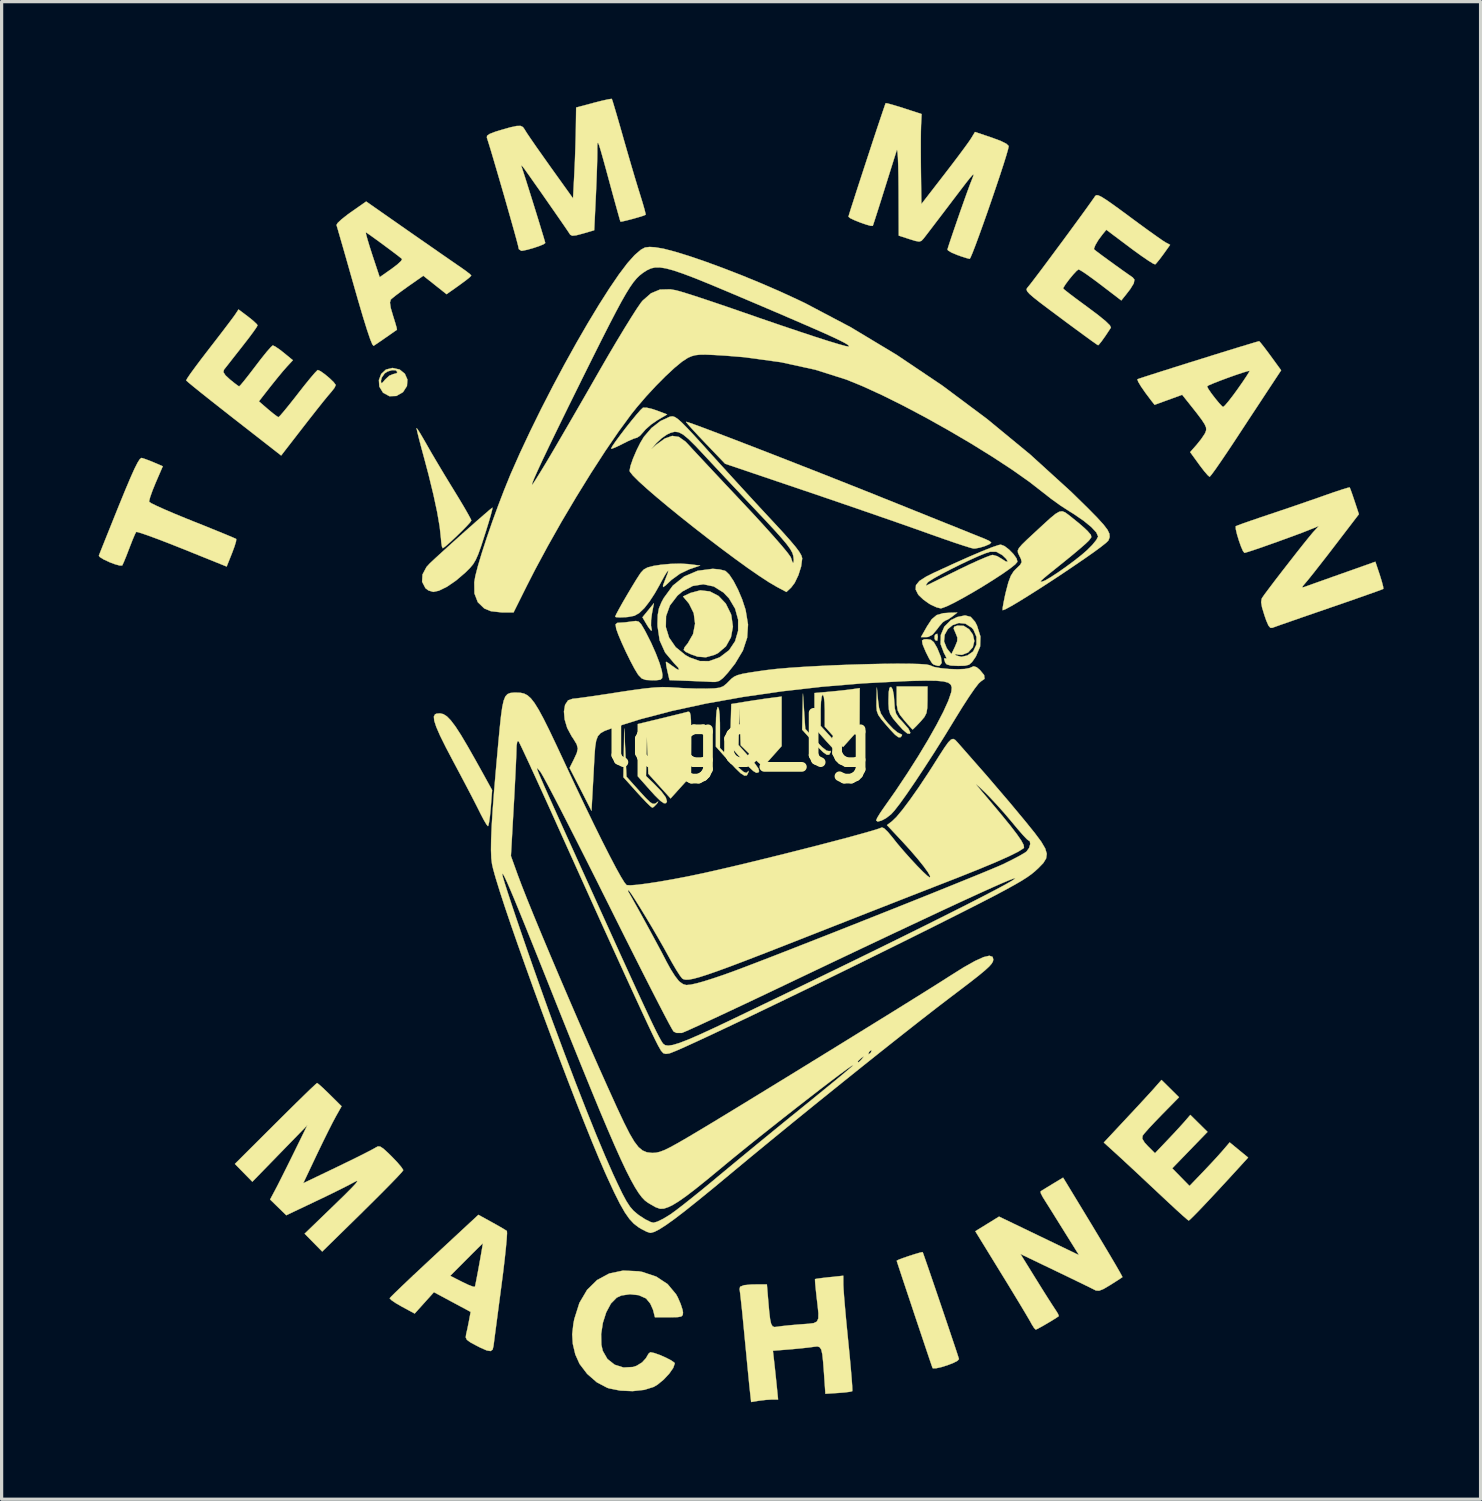
<source format=kicad_pcb>
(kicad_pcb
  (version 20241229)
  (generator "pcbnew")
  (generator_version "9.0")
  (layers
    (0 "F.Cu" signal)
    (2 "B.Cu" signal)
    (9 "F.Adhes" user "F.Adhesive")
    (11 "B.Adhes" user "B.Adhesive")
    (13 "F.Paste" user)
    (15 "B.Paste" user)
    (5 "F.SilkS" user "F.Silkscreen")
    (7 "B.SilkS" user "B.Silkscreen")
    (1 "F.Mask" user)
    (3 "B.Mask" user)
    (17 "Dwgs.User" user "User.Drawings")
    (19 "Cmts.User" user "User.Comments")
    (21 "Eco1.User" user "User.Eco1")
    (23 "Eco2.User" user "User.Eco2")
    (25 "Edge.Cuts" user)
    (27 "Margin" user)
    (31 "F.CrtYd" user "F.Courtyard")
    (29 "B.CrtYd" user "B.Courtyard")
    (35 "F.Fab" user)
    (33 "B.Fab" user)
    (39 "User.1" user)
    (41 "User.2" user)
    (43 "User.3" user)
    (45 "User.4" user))
  (footprint "logo_lg"
    (layer "F.Cu")
    (at 19.77 19.813)
    (property "Reference" "logo_lg" (at 0 0 0) (layer "F.SilkS") (effects (font (size 1.524 1.524) (thickness 0.3))))
    (attr through_hole)
    (fp_poly (pts (xy 6.159 -3.191) (xy 6.16 -3.188) (xy 6.144 -3.066) (xy 6.097 -3.068) (xy 6.061 -3.117) (xy 6.061 -3.216) (xy 6.089 -3.257) (xy 6.143 -3.28) (xy 6.159 -3.191)) (stroke (width 0.01) (type solid)) (fill yes) (layer "F.SilkS"))
    (fp_poly (pts (xy -2.673 -3.908) (xy -2.7 -3.701) (xy -2.703 -3.533) (xy -2.695 -3.48) (xy -2.675 -3.38) (xy -2.71 -3.386) (xy -2.79 -3.491) (xy -2.843 -3.577) (xy -2.967 -3.788) (xy -2.614 -4.221) (xy -2.673 -3.908)) (stroke (width 0.01) (type solid)) (fill yes) (layer "F.SilkS"))
    (fp_poly (pts (xy 2.028 -0.885) (xy 2.064 -0.341) (xy 2.392 0.027) (xy 2.584 0.225) (xy 2.724 0.334) (xy 2.797 0.347) (xy 2.851 0.342) (xy 2.846 0.384) (xy 2.802 0.458) (xy 2.731 0.461) (xy 2.619 0.384) (xy 2.452 0.219) (xy 2.334 0.091) (xy 1.968 -0.314) (xy 1.98 -0.871) (xy 1.992 -1.429) (xy 2.028 -0.885)) (stroke (width 0.01) (type solid)) (fill yes) (layer "F.SilkS"))
    (fp_poly (pts (xy 5.946 -3.093) (xy 6.038 -3.016) (xy 6.133 -2.852) (xy 6.147 -2.824) (xy 6.257 -2.555) (xy 6.28 -2.378) (xy 6.218 -2.294) (xy 6.167 -2.286) (xy 6.033 -2.325) (xy 5.985 -2.365) (xy 5.891 -2.513) (xy 5.787 -2.72) (xy 5.702 -2.923) (xy 5.687 -2.969) (xy 5.672 -3.07) (xy 5.736 -3.108) (xy 5.825 -3.111) (xy 5.946 -3.093)) (stroke (width 0.01) (type solid)) (fill yes) (layer "F.SilkS"))
    (fp_poly (pts (xy 6.604 -3.81) (xy 6.474 -3.722) (xy 6.382 -3.682) (xy 6.382 -3.682) (xy 6.311 -3.632) (xy 6.204 -3.508) (xy 6.144 -3.427) (xy 5.999 -3.254) (xy 5.864 -3.181) (xy 5.805 -3.175) (xy 5.639 -3.175) (xy 5.827 -3.507) (xy 5.973 -3.729) (xy 6.127 -3.857) (xy 6.331 -3.915) (xy 6.54 -3.929) (xy 6.763 -3.934) (xy 6.604 -3.81)) (stroke (width 0.01) (type solid)) (fill yes) (layer "F.SilkS"))
    (fp_poly (pts (xy 5.84 -1.222) (xy 5.834 -0.986) (xy 5.808 -0.829) (xy 5.746 -0.707) (xy 5.633 -0.573) (xy 5.617 -0.556) (xy 5.489 -0.421) (xy 5.402 -0.336) (xy 5.381 -0.32) (xy 5.335 -0.365) (xy 5.232 -0.48) (xy 5.128 -0.6) (xy 4.992 -0.771) (xy 4.921 -0.912) (xy 4.893 -1.082) (xy 4.889 -1.265) (xy 4.889 -1.651) (xy 5.842 -1.651) (xy 5.84 -1.222)) (stroke (width 0.01) (type solid)) (fill yes) (layer "F.SilkS"))
    (fp_poly (pts (xy -3.461 1.137) (xy -3.058 1.587) (xy -2.866 1.796) (xy -2.736 1.922) (xy -2.648 1.977) (xy -2.585 1.976) (xy -2.55 1.955) (xy -2.48 1.905) (xy -2.498 1.941) (xy -2.532 1.984) (xy -2.619 2.073) (xy -2.664 2.095) (xy -2.723 2.051) (xy -2.845 1.932) (xy -3.011 1.757) (xy -3.133 1.624) (xy -3.556 1.153) (xy -3.543 0.402) (xy -3.53 -0.349) (xy -3.461 1.137)) (stroke (width 0.01) (type solid)) (fill yes) (layer "F.SilkS"))
    (fp_poly (pts (xy 4.313 -1.222) (xy 4.344 -0.985) (xy 4.401 -0.812) (xy 4.508 -0.647) (xy 4.623 -0.507) (xy 4.777 -0.344) (xy 4.912 -0.23) (xy 4.992 -0.191) (xy 5.055 -0.159) (xy 5.048 -0.127) (xy 5 -0.077) (xy 4.935 -0.085) (xy 4.836 -0.162) (xy 4.686 -0.321) (xy 4.582 -0.439) (xy 4.418 -0.632) (xy 4.321 -0.77) (xy 4.275 -0.894) (xy 4.263 -1.047) (xy 4.265 -1.217) (xy 4.276 -1.619) (xy 4.313 -1.222)) (stroke (width 0.01) (type solid)) (fill yes) (layer "F.SilkS"))
    (fp_poly (pts (xy -0.605 -0.956) (xy -0.584 -0.787) (xy -0.573 -0.528) (xy -0.572 -0.383) (xy -0.572 0.249) (xy -0.18 0.668) (xy 0.02 0.873) (xy 0.155 0.988) (xy 0.237 1.022) (xy 0.269 1.003) (xy 0.311 0.957) (xy 0.302 1.012) (xy 0.259 1.097) (xy 0.185 1.106) (xy 0.068 1.032) (xy -0.102 0.868) (xy -0.278 0.678) (xy -0.699 0.208) (xy -0.699 -0.404) (xy -0.692 -0.691) (xy -0.675 -0.898) (xy -0.648 -1.005) (xy -0.635 -1.016) (xy -0.605 -0.956)) (stroke (width 0.01) (type solid)) (fill yes) (layer "F.SilkS"))
    (fp_poly (pts (xy 4.715 -1.635) (xy 4.765 -1.556) (xy 4.801 -1.368) (xy 4.813 -1.201) (xy 4.83 -0.97) (xy 4.869 -0.814) (xy 4.95 -0.683) (xy 5.096 -0.525) (xy 5.096 -0.524) (xy 5.255 -0.341) (xy 5.309 -0.225) (xy 5.296 -0.19) (xy 5.219 -0.197) (xy 5.082 -0.31) (xy 4.934 -0.472) (xy 4.778 -0.657) (xy 4.689 -0.796) (xy 4.648 -0.934) (xy 4.636 -1.119) (xy 4.636 -1.239) (xy 4.643 -1.477) (xy 4.666 -1.605) (xy 4.709 -1.637) (xy 4.715 -1.635)) (stroke (width 0.01) (type solid)) (fill yes) (layer "F.SilkS"))
    (fp_poly (pts (xy -0.884 -4.587) (xy -0.615 -4.446) (xy -0.392 -4.211) (xy -0.234 -3.892) (xy -0.221 -3.849) (xy -0.172 -3.497) (xy -0.232 -3.17) (xy -0.388 -2.889) (xy -0.632 -2.68) (xy -0.739 -2.628) (xy -1.007 -2.552) (xy -1.261 -2.571) (xy -1.458 -2.64) (xy -1.628 -2.718) (xy -1.693 -2.779) (xy -1.666 -2.86) (xy -1.566 -2.984) (xy -1.403 -3.269) (xy -1.341 -3.591) (xy -1.383 -3.916) (xy -1.527 -4.206) (xy -1.558 -4.246) (xy -1.714 -4.431) (xy -1.483 -4.54) (xy -1.18 -4.621) (xy -0.884 -4.587)) (stroke (width 0.01) (type solid)) (fill yes) (layer "F.SilkS"))
    (fp_poly (pts (xy -2.838 -10.265) (xy -2.66 -10.223) (xy -2.529 -10.179) (xy -2.204 -10.056) (xy -2.499 -9.883) (xy -2.7 -9.745) (xy -2.874 -9.591) (xy -2.933 -9.522) (xy -3.044 -9.398) (xy -3.137 -9.336) (xy -3.149 -9.335) (xy -3.242 -9.307) (xy -3.408 -9.234) (xy -3.581 -9.147) (xy -3.764 -9.057) (xy -3.892 -9.004) (xy -3.937 -8.999) (xy -3.899 -9.073) (xy -3.799 -9.22) (xy -3.655 -9.415) (xy -3.487 -9.635) (xy -3.314 -9.854) (xy -3.154 -10.048) (xy -3.027 -10.193) (xy -2.952 -10.264) (xy -2.947 -10.266) (xy -2.838 -10.265)) (stroke (width 0.01) (type solid)) (fill yes) (layer "F.SilkS"))
    (fp_poly (pts (xy 1.333 0.193) (xy 1.065 0.494) (xy 0.923 0.653) (xy 0.819 0.773) (xy 0.778 0.822) (xy 0.727 0.794) (xy 0.611 0.696) (xy 0.452 0.546) (xy 0.413 0.509) (xy 0.068 0.167) (xy 0.026 -0.984) (xy 0.013 -0.413) (xy 0.001 0.159) (xy 0.348 0.549) (xy 0.522 0.752) (xy 0.615 0.885) (xy 0.638 0.967) (xy 0.614 1.007) (xy 0.552 1.018) (xy 0.457 0.962) (xy 0.313 0.827) (xy 0.136 0.635) (xy -0.258 0.194) (xy -0.24 -0.457) (xy -0.222 -1.108) (xy 0.222 -1.18) (xy 0.509 -1.225) (xy 0.803 -1.269) (xy 1 -1.295) (xy 1.333 -1.338) (xy 1.333 0.193)) (stroke (width 0.01) (type solid)) (fill yes) (layer "F.SilkS"))
    (fp_poly (pts (xy -9.119 -0.795) (xy -9.01 -0.726) (xy -8.889 -0.602) (xy -8.747 -0.414) (xy -8.576 -0.151) (xy -8.369 0.198) (xy -8.117 0.642) (xy -7.91 1.014) (xy -7.613 1.553) (xy -7.656 2.11) (xy -7.68 2.358) (xy -7.707 2.549) (xy -7.732 2.655) (xy -7.742 2.667) (xy -7.787 2.614) (xy -7.87 2.474) (xy -7.974 2.276) (xy -7.992 2.238) (xy -8.089 2.045) (xy -8.232 1.766) (xy -8.409 1.428) (xy -8.604 1.058) (xy -8.803 0.685) (xy -9.043 0.229) (xy -9.22 -0.128) (xy -9.338 -0.399) (xy -9.401 -0.592) (xy -9.413 -0.719) (xy -9.377 -0.789) (xy -9.329 -0.81) (xy -9.223 -0.819) (xy -9.119 -0.795)) (stroke (width 0.01) (type solid)) (fill yes) (layer "F.SilkS"))
    (fp_poly (pts (xy -3.083 -3.653) (xy -3.007 -3.574) (xy -2.912 -3.414) (xy -2.865 -3.328) (xy -2.7 -3.002) (xy -2.555 -2.675) (xy -2.44 -2.376) (xy -2.369 -2.136) (xy -2.349 -2.005) (xy -2.359 -1.908) (xy -2.411 -1.859) (xy -2.536 -1.843) (xy -2.663 -1.841) (xy -2.863 -1.852) (xy -2.987 -1.896) (xy -3.086 -1.997) (xy -3.111 -2.031) (xy -3.21 -2.194) (xy -3.337 -2.433) (xy -3.475 -2.713) (xy -3.605 -2.996) (xy -3.711 -3.247) (xy -3.776 -3.427) (xy -3.78 -3.445) (xy -3.798 -3.57) (xy -3.746 -3.615) (xy -3.674 -3.62) (xy -3.507 -3.631) (xy -3.306 -3.657) (xy -3.295 -3.659) (xy -3.169 -3.674) (xy -3.083 -3.653)) (stroke (width 0.01) (type solid)) (fill yes) (layer "F.SilkS"))
    (fp_poly (pts (xy -1.5 -0.839) (xy -1.481 -0.758) (xy -1.469 -0.61) (xy -1.464 -0.375) (xy -1.463 -0.037) (xy -1.463 0.107) (xy -1.466 1.111) (xy -1.782 1.46) (xy -2.098 1.81) (xy -2.442 1.429) (xy -2.786 1.048) (xy -2.831 -0.095) (xy -2.844 0.511) (xy -2.857 1.118) (xy -2.63 1.337) (xy -2.386 1.589) (xy -2.247 1.777) (xy -2.21 1.904) (xy -2.239 1.955) (xy -2.305 1.958) (xy -2.414 1.883) (xy -2.579 1.721) (xy -2.715 1.572) (xy -3.111 1.126) (xy -3.111 -0.489) (xy -2.397 -0.661) (xy -2.103 -0.733) (xy -1.847 -0.796) (xy -1.658 -0.843) (xy -1.572 -0.866) (xy -1.53 -0.869) (xy -1.5 -0.839)) (stroke (width 0.01) (type solid)) (fill yes) (layer "F.SilkS"))
    (fp_poly (pts (xy 3.744 -0.974) (xy 3.741 -0.349) (xy 3.231 0.222) (xy 2.949 -0.094) (xy 2.667 -0.409) (xy 2.667 -0.903) (xy 2.659 -1.15) (xy 2.639 -1.322) (xy 2.608 -1.396) (xy 2.603 -1.397) (xy 2.572 -1.338) (xy 2.549 -1.177) (xy 2.54 -0.941) (xy 2.54 -0.914) (xy 2.54 -0.431) (xy 2.858 -0.083) (xy 3.044 0.14) (xy 3.128 0.291) (xy 3.112 0.37) (xy 3.058 0.381) (xy 2.998 0.337) (xy 2.878 0.219) (xy 2.722 0.05) (xy 2.681 0.004) (xy 2.349 -0.372) (xy 2.349 -1.448) (xy 2.81 -1.488) (xy 3.079 -1.514) (xy 3.333 -1.542) (xy 3.508 -1.564) (xy 3.747 -1.599) (xy 3.744 -0.974)) (stroke (width 0.01) (type solid)) (fill yes) (layer "F.SilkS"))
    (fp_poly (pts (xy -10.47 -11.444) (xy -10.31 -11.314) (xy -10.231 -11.135) (xy -10.244 -10.936) (xy -10.364 -10.749) (xy -10.37 -10.743) (xy -10.571 -10.627) (xy -10.785 -10.62) (xy -10.976 -10.723) (xy -10.986 -10.732) (xy -11.098 -10.917) (xy -11.11 -11.094) (xy -11.049 -11.094) (xy -11.04 -11.021) (xy -10.999 -11.038) (xy -10.917 -11.136) (xy -10.792 -11.252) (xy -10.668 -11.303) (xy -10.663 -11.303) (xy -10.563 -11.33) (xy -10.541 -11.367) (xy -10.59 -11.421) (xy -10.707 -11.425) (xy -10.845 -11.382) (xy -10.933 -11.325) (xy -11.024 -11.193) (xy -11.049 -11.094) (xy -11.11 -11.094) (xy -11.111 -11.12) (xy -11.04 -11.307) (xy -10.895 -11.442) (xy -10.696 -11.493) (xy -10.47 -11.444)) (stroke (width 0.01) (type solid)) (fill yes) (layer "F.SilkS"))
    (fp_poly (pts (xy -7.61 -7.119) (xy -7.65 -6.963) (xy -7.718 -6.729) (xy -7.807 -6.44) (xy -7.843 -6.328) (xy -7.953 -5.986) (xy -8.041 -5.74) (xy -8.119 -5.563) (xy -8.2 -5.428) (xy -8.3 -5.309) (xy -8.43 -5.18) (xy -8.441 -5.169) (xy -8.729 -4.923) (xy -9.009 -4.731) (xy -9.257 -4.61) (xy -9.43 -4.572) (xy -9.581 -4.617) (xy -9.674 -4.688) (xy -9.776 -4.886) (xy -9.764 -5.11) (xy -9.641 -5.342) (xy -9.537 -5.455) (xy -9.354 -5.626) (xy -9.124 -5.836) (xy -8.864 -6.071) (xy -8.592 -6.316) (xy -8.322 -6.556) (xy -8.073 -6.776) (xy -7.861 -6.961) (xy -7.703 -7.097) (xy -7.615 -7.168) (xy -7.603 -7.176) (xy -7.61 -7.119)) (stroke (width 0.01) (type solid)) (fill yes) (layer "F.SilkS"))
    (fp_poly (pts (xy -9.91 -9.589) (xy -9.827 -9.457) (xy -9.712 -9.26) (xy -9.636 -9.127) (xy -9.496 -8.882) (xy -9.309 -8.565) (xy -9.097 -8.21) (xy -8.879 -7.852) (xy -8.799 -7.722) (xy -8.616 -7.422) (xy -8.459 -7.158) (xy -8.34 -6.949) (xy -8.269 -6.815) (xy -8.255 -6.777) (xy -8.298 -6.715) (xy -8.41 -6.593) (xy -8.567 -6.434) (xy -8.743 -6.263) (xy -8.913 -6.105) (xy -9.052 -5.983) (xy -9.135 -5.922) (xy -9.137 -5.921) (xy -9.162 -5.969) (xy -9.184 -6.109) (xy -9.195 -6.239) (xy -9.233 -6.588) (xy -9.311 -7.041) (xy -9.427 -7.582) (xy -9.577 -8.197) (xy -9.71 -8.698) (xy -9.797 -9.019) (xy -9.869 -9.293) (xy -9.92 -9.499) (xy -9.945 -9.616) (xy -9.946 -9.633) (xy -9.91 -9.589)) (stroke (width 0.01) (type solid)) (fill yes) (layer "F.SilkS"))
    (fp_poly (pts (xy 5.691 15.83) (xy 5.715 15.891) (xy 5.772 16.054) (xy 5.857 16.299) (xy 5.963 16.608) (xy 6.084 16.961) (xy 6.213 17.341) (xy 6.344 17.727) (xy 6.471 18.102) (xy 6.586 18.446) (xy 6.685 18.739) (xy 6.76 18.965) (xy 6.804 19.103) (xy 6.814 19.134) (xy 6.768 19.187) (xy 6.637 19.255) (xy 6.458 19.324) (xy 6.269 19.383) (xy 6.106 19.419) (xy 6.009 19.42) (xy 5.997 19.409) (xy 5.964 19.314) (xy 5.899 19.124) (xy 5.809 18.857) (xy 5.7 18.532) (xy 5.578 18.168) (xy 5.449 17.784) (xy 5.321 17.398) (xy 5.198 17.03) (xy 5.087 16.698) (xy 4.996 16.422) (xy 4.929 16.219) (xy 4.894 16.11) (xy 4.889 16.096) (xy 4.944 16.066) (xy 5.081 16.014) (xy 5.263 15.951) (xy 5.451 15.891) (xy 5.605 15.846) (xy 5.687 15.829) (xy 5.691 15.83)) (stroke (width 0.01) (type solid)) (fill yes) (layer "F.SilkS"))
    (fp_poly (pts (xy -1.554 -5.432) (xy -1.184 -5.386) (xy -1.518 -5.273) (xy -1.806 -5.136) (xy -2.069 -4.945) (xy -2.1 -4.916) (xy -2.254 -4.771) (xy -2.328 -4.721) (xy -2.332 -4.771) (xy -2.275 -4.924) (xy -2.251 -4.984) (xy -2.182 -5.161) (xy -2.168 -5.232) (xy -2.204 -5.2) (xy -2.284 -5.072) (xy -2.404 -4.852) (xy -2.435 -4.793) (xy -2.583 -4.532) (xy -2.747 -4.28) (xy -2.896 -4.087) (xy -2.91 -4.071) (xy -3.07 -3.917) (xy -3.216 -3.835) (xy -3.409 -3.798) (xy -3.477 -3.792) (xy -3.662 -3.784) (xy -3.784 -3.792) (xy -3.81 -3.806) (xy -3.779 -3.879) (xy -3.697 -4.033) (xy -3.58 -4.243) (xy -3.441 -4.481) (xy -3.298 -4.722) (xy -3.166 -4.939) (xy -3.059 -5.105) (xy -3.014 -5.17) (xy -2.926 -5.264) (xy -2.811 -5.327) (xy -2.634 -5.374) (xy -2.404 -5.41) (xy -2.104 -5.438) (xy -1.793 -5.446) (xy -1.554 -5.432)) (stroke (width 0.01) (type solid)) (fill yes) (layer "F.SilkS"))
    (fp_poly (pts (xy -1.557 -9.813) (xy -1.387 -9.754) (xy -1.12 -9.656) (xy -0.767 -9.523) (xy -0.34 -9.36) (xy 0.152 -9.171) (xy 0.698 -8.96) (xy 1.287 -8.731) (xy 1.908 -8.488) (xy 2.55 -8.236) (xy 3.203 -7.978) (xy 3.856 -7.719) (xy 4.498 -7.462) (xy 4.858 -7.318) (xy 5.407 -7.097) (xy 5.924 -6.889) (xy 6.397 -6.699) (xy 6.813 -6.532) (xy 7.158 -6.393) (xy 7.42 -6.288) (xy 7.585 -6.222) (xy 7.636 -6.201) (xy 7.76 -6.141) (xy 7.811 -6.095) (xy 7.756 -6.048) (xy 7.624 -5.991) (xy 7.46 -5.941) (xy 7.312 -5.913) (xy 7.266 -5.912) (xy 7.172 -5.935) (xy 6.978 -5.995) (xy 6.704 -6.085) (xy 6.368 -6.201) (xy 5.99 -6.334) (xy 5.842 -6.387) (xy 5.479 -6.516) (xy 5.019 -6.678) (xy 4.484 -6.864) (xy 3.898 -7.067) (xy 3.285 -7.278) (xy 2.666 -7.49) (xy 2.066 -7.694) (xy 2.064 -7.694) (xy -0.413 -8.533) (xy -1.025 -9.172) (xy -1.244 -9.403) (xy -1.426 -9.6) (xy -1.556 -9.745) (xy -1.618 -9.822) (xy -1.62 -9.829) (xy -1.557 -9.813)) (stroke (width 0.01) (type solid)) (fill yes) (layer "F.SilkS"))
    (fp_poly (pts (xy 13.343 10.776) (xy 13.613 11.044) (xy 13.08 11.586) (xy 12.866 11.808) (xy 12.682 12.004) (xy 12.55 12.153) (xy 12.489 12.232) (xy 12.478 12.324) (xy 12.551 12.446) (xy 12.651 12.554) (xy 12.871 12.773) (xy 13.254 12.371) (xy 13.452 12.161) (xy 13.637 11.961) (xy 13.776 11.807) (xy 13.8 11.779) (xy 13.963 11.589) (xy 14.494 12.114) (xy 13.949 12.677) (xy 13.404 13.24) (xy 13.671 13.512) (xy 13.938 13.785) (xy 14.352 13.354) (xy 14.564 13.13) (xy 14.769 12.909) (xy 14.932 12.727) (xy 14.972 12.681) (xy 15.179 12.439) (xy 15.464 12.673) (xy 15.749 12.907) (xy 15.482 13.2) (xy 15.113 13.603) (xy 14.778 13.965) (xy 14.484 14.279) (xy 14.242 14.534) (xy 14.059 14.721) (xy 13.946 14.83) (xy 13.912 14.855) (xy 13.856 14.812) (xy 13.723 14.696) (xy 13.527 14.518) (xy 13.283 14.292) (xy 13.004 14.031) (xy 12.952 13.982) (xy 12.639 13.689) (xy 12.331 13.4) (xy 12.049 13.138) (xy 11.816 12.922) (xy 11.659 12.778) (xy 11.29 12.443) (xy 11.979 11.705) (xy 12.233 11.433) (xy 12.473 11.174) (xy 12.677 10.952) (xy 12.826 10.789) (xy 12.87 10.738) (xy 13.072 10.509) (xy 13.343 10.776)) (stroke (width 0.01) (type solid)) (fill yes) (layer "F.SilkS"))
    (fp_poly (pts (xy -18.444 -8.712) (xy -18.329 -8.676) (xy -18.152 -8.609) (xy -18.068 -8.574) (xy -17.79 -8.454) (xy -18.012 -7.941) (xy -18.109 -7.702) (xy -18.179 -7.505) (xy -18.211 -7.38) (xy -18.211 -7.356) (xy -18.147 -7.313) (xy -17.982 -7.232) (xy -17.734 -7.12) (xy -17.418 -6.985) (xy -17.053 -6.835) (xy -16.869 -6.761) (xy -16.486 -6.608) (xy -16.145 -6.47) (xy -15.861 -6.354) (xy -15.653 -6.267) (xy -15.537 -6.216) (xy -15.52 -6.206) (xy -15.526 -6.136) (xy -15.572 -5.982) (xy -15.648 -5.776) (xy -15.652 -5.766) (xy -15.816 -5.356) (xy -17.195 -5.912) (xy -17.586 -6.067) (xy -17.937 -6.202) (xy -18.232 -6.311) (xy -18.453 -6.387) (xy -18.584 -6.424) (xy -18.613 -6.425) (xy -18.652 -6.349) (xy -18.722 -6.185) (xy -18.808 -5.965) (xy -18.831 -5.905) (xy -18.919 -5.677) (xy -18.993 -5.497) (xy -19.04 -5.396) (xy -19.046 -5.387) (xy -19.119 -5.387) (xy -19.271 -5.429) (xy -19.431 -5.489) (xy -19.614 -5.574) (xy -19.734 -5.649) (xy -19.765 -5.69) (xy -19.738 -5.762) (xy -19.669 -5.936) (xy -19.566 -6.194) (xy -19.435 -6.52) (xy -19.283 -6.899) (xy -19.146 -7.239) (xy -18.946 -7.727) (xy -18.786 -8.105) (xy -18.661 -8.384) (xy -18.566 -8.571) (xy -18.497 -8.678) (xy -18.45 -8.712) (xy -18.444 -8.712)) (stroke (width 0.01) (type solid)) (fill yes) (layer "F.SilkS"))
    (fp_poly (pts (xy 10.118 13.669) (xy 10.531 14.35) (xy 10.894 14.948) (xy 11.202 15.461) (xy 11.455 15.884) (xy 11.649 16.213) (xy 11.782 16.444) (xy 11.853 16.574) (xy 11.864 16.603) (xy 11.803 16.644) (xy 11.666 16.733) (xy 11.49 16.845) (xy 11.282 16.968) (xy 11.144 17.022) (xy 11.047 17.016) (xy 11.022 17.004) (xy 10.93 16.957) (xy 10.743 16.865) (xy 10.482 16.738) (xy 10.167 16.585) (xy 9.817 16.417) (xy 9.809 16.413) (xy 8.713 15.887) (xy 9.191 16.659) (xy 9.374 16.953) (xy 9.544 17.223) (xy 9.684 17.442) (xy 9.778 17.586) (xy 9.794 17.609) (xy 9.872 17.733) (xy 9.899 17.804) (xy 9.897 17.808) (xy 9.819 17.862) (xy 9.675 17.952) (xy 9.503 18.054) (xy 9.339 18.147) (xy 9.221 18.21) (xy 9.186 18.224) (xy 9.135 18.174) (xy 9.057 18.049) (xy 9.041 18.018) (xy 8.978 17.907) (xy 8.859 17.705) (xy 8.695 17.431) (xy 8.496 17.103) (xy 8.274 16.738) (xy 8.126 16.498) (xy 7.319 15.184) (xy 8.052 14.732) (xy 9.288 15.327) (xy 10.524 15.923) (xy 10.004 15.089) (xy 9.817 14.789) (xy 9.648 14.518) (xy 9.51 14.299) (xy 9.419 14.153) (xy 9.396 14.116) (xy 9.34 14.004) (xy 9.337 13.952) (xy 9.403 13.909) (xy 9.545 13.822) (xy 9.699 13.728) (xy 10.031 13.528) (xy 10.118 13.669)) (stroke (width 0.01) (type solid)) (fill yes) (layer "F.SilkS"))
    (fp_poly (pts (xy -7.622 14.905) (xy -7.414 15.021) (xy -7.25 15.117) (xy -7.161 15.173) (xy -7.157 15.176) (xy -7.152 15.248) (xy -7.163 15.429) (xy -7.188 15.702) (xy -7.225 16.05) (xy -7.273 16.456) (xy -7.33 16.896) (xy -7.39 17.351) (xy -7.445 17.771) (xy -7.493 18.137) (xy -7.532 18.431) (xy -7.558 18.635) (xy -7.57 18.728) (xy -7.597 18.841) (xy -7.66 18.887) (xy -7.778 18.868) (xy -7.974 18.782) (xy -8.086 18.725) (xy -8.285 18.618) (xy -8.392 18.539) (xy -8.428 18.465) (xy -8.416 18.371) (xy -8.416 18.368) (xy -8.376 18.196) (xy -8.333 17.982) (xy -8.325 17.94) (xy -8.276 17.677) (xy -9.411 17.067) (xy -10.006 17.728) (xy -10.399 17.516) (xy -10.591 17.405) (xy -10.726 17.312) (xy -10.778 17.257) (xy -10.778 17.255) (xy -10.729 17.201) (xy -10.599 17.072) (xy -10.398 16.879) (xy -10.14 16.634) (xy -10.064 16.562) (xy -8.908 16.562) (xy -8.534 16.752) (xy -8.343 16.843) (xy -8.203 16.896) (xy -8.144 16.901) (xy -8.127 16.825) (xy -8.093 16.652) (xy -8.047 16.41) (xy -8.01 16.208) (xy -7.962 15.94) (xy -7.925 15.726) (xy -7.903 15.591) (xy -7.9 15.557) (xy -7.945 15.6) (xy -8.062 15.714) (xy -8.231 15.882) (xy -8.408 16.06) (xy -8.908 16.562) (xy -10.064 16.562) (xy -9.835 16.348) (xy -9.496 16.031) (xy -9.4 15.942) (xy -8.037 14.677) (xy -7.622 14.905)) (stroke (width 0.01) (type solid)) (fill yes) (layer "F.SilkS"))
    (fp_poly (pts (xy 7.176 -3.801) (xy 7.311 -3.649) (xy 7.37 -3.534) (xy 7.477 -3.194) (xy 7.467 -2.884) (xy 7.338 -2.581) (xy 7.32 -2.553) (xy 7.215 -2.401) (xy 7.124 -2.322) (xy 6.998 -2.291) (xy 6.794 -2.286) (xy 6.787 -2.286) (xy 6.561 -2.296) (xy 6.436 -2.332) (xy 6.389 -2.386) (xy 6.353 -2.504) (xy 6.38 -2.525) (xy 6.416 -2.507) (xy 6.428 -2.527) (xy 6.382 -2.627) (xy 6.352 -2.678) (xy 6.246 -2.96) (xy 6.248 -3.044) (xy 6.352 -3.044) (xy 6.434 -2.836) (xy 6.466 -2.792) (xy 6.581 -2.65) (xy 6.692 -2.882) (xy 6.759 -3.046) (xy 6.764 -3.163) (xy 6.71 -3.299) (xy 6.708 -3.304) (xy 6.651 -3.434) (xy 6.665 -3.495) (xy 6.762 -3.53) (xy 6.768 -3.531) (xy 6.961 -3.523) (xy 7.126 -3.419) (xy 7.243 -3.253) (xy 7.288 -3.055) (xy 7.242 -2.863) (xy 7.097 -2.701) (xy 6.906 -2.626) (xy 6.776 -2.636) (xy 6.687 -2.655) (xy 6.708 -2.624) (xy 6.731 -2.607) (xy 6.887 -2.565) (xy 7.074 -2.608) (xy 7.24 -2.723) (xy 7.255 -2.74) (xy 7.353 -2.946) (xy 7.355 -3.182) (xy 7.263 -3.401) (xy 7.21 -3.464) (xy 7.014 -3.59) (xy 6.811 -3.612) (xy 6.622 -3.549) (xy 6.468 -3.421) (xy 6.371 -3.246) (xy 6.352 -3.044) (xy 6.248 -3.044) (xy 6.253 -3.243) (xy 6.362 -3.499) (xy 6.564 -3.701) (xy 6.758 -3.795) (xy 7.001 -3.846) (xy 7.176 -3.801)) (stroke (width 0.01) (type solid)) (fill yes) (layer "F.SilkS"))
    (fp_poly (pts (xy -3.081 16.422) (xy -2.972 16.442) (xy -2.541 16.586) (xy -2.189 16.819) (xy -1.929 17.131) (xy -1.877 17.224) (xy -1.787 17.431) (xy -1.728 17.614) (xy -1.714 17.697) (xy -1.723 17.774) (xy -1.767 17.818) (xy -1.875 17.838) (xy -2.073 17.843) (xy -2.148 17.843) (xy -2.581 17.843) (xy -2.64 17.611) (xy -2.725 17.42) (xy -2.852 17.266) (xy -2.864 17.257) (xy -3.084 17.16) (xy -3.354 17.131) (xy -3.618 17.17) (xy -3.762 17.236) (xy -3.941 17.418) (xy -4.087 17.69) (xy -4.191 18.016) (xy -4.244 18.362) (xy -4.237 18.691) (xy -4.194 18.881) (xy -4.05 19.132) (xy -3.826 19.309) (xy -3.553 19.395) (xy -3.261 19.379) (xy -3.15 19.343) (xy -2.979 19.238) (xy -2.858 19.106) (xy -2.847 19.085) (xy -2.778 18.967) (xy -2.723 18.923) (xy -2.601 18.948) (xy -2.428 19.009) (xy -2.242 19.091) (xy -2.08 19.175) (xy -1.982 19.244) (xy -1.968 19.267) (xy -2.016 19.407) (xy -2.14 19.585) (xy -2.311 19.768) (xy -2.499 19.923) (xy -2.618 19.994) (xy -2.912 20.086) (xy -3.272 20.125) (xy -3.652 20.109) (xy -4.003 20.039) (xy -4.057 20.021) (xy -4.379 19.851) (xy -4.675 19.593) (xy -4.911 19.283) (xy -5.042 18.991) (xy -5.119 18.665) (xy -5.138 18.369) (xy -5.101 18.042) (xy -5.072 17.894) (xy -4.915 17.398) (xy -4.678 16.996) (xy -4.369 16.692) (xy -3.995 16.491) (xy -3.563 16.4) (xy -3.081 16.422)) (stroke (width 0.01) (type solid)) (fill yes) (layer "F.SilkS"))
    (fp_poly (pts (xy 8.221 -5.988) (xy 8.363 -5.879) (xy 8.499 -5.739) (xy 8.596 -5.602) (xy 8.62 -5.503) (xy 8.552 -5.422) (xy 8.392 -5.295) (xy 8.161 -5.132) (xy 7.879 -4.948) (xy 7.568 -4.753) (xy 7.247 -4.561) (xy 6.938 -4.385) (xy 6.66 -4.235) (xy 6.435 -4.126) (xy 6.283 -4.07) (xy 6.247 -4.064) (xy 6.12 -4.096) (xy 5.947 -4.176) (xy 5.89 -4.209) (xy 5.714 -4.334) (xy 5.574 -4.467) (xy 5.55 -4.498) (xy 5.475 -4.648) (xy 5.485 -4.781) (xy 5.486 -4.781) (xy 5.792 -4.781) (xy 5.81 -4.771) (xy 5.886 -4.808) (xy 6.056 -4.891) (xy 6.297 -5.01) (xy 6.591 -5.154) (xy 6.801 -5.258) (xy 7.123 -5.413) (xy 7.413 -5.545) (xy 7.648 -5.645) (xy 7.806 -5.704) (xy 7.856 -5.715) (xy 7.994 -5.677) (xy 8.149 -5.585) (xy 8.151 -5.583) (xy 8.262 -5.512) (xy 8.317 -5.508) (xy 8.319 -5.515) (xy 8.273 -5.594) (xy 8.162 -5.702) (xy 8.145 -5.715) (xy 7.962 -5.814) (xy 7.78 -5.814) (xy 7.636 -5.768) (xy 7.414 -5.678) (xy 7.141 -5.555) (xy 6.841 -5.412) (xy 6.54 -5.262) (xy 6.263 -5.118) (xy 6.037 -4.991) (xy 5.886 -4.896) (xy 5.842 -4.858) (xy 5.792 -4.781) (xy 5.486 -4.781) (xy 5.59 -4.909) (xy 5.801 -5.045) (xy 6.046 -5.167) (xy 6.636 -5.438) (xy 7.135 -5.661) (xy 7.538 -5.833) (xy 7.84 -5.953) (xy 8.036 -6.019) (xy 8.106 -6.032) (xy 8.221 -5.988)) (stroke (width 0.01) (type solid)) (fill yes) (layer "F.SilkS"))
    (fp_poly (pts (xy -12.965 10.646) (xy -12.842 10.756) (xy -12.677 10.914) (xy -12.627 10.963) (xy -12.265 11.322) (xy -12.447 11.646) (xy -12.541 11.822) (xy -12.673 12.082) (xy -12.828 12.396) (xy -12.99 12.731) (xy -13.04 12.835) (xy -13.45 13.701) (xy -12.395 13.195) (xy -12.051 13.028) (xy -11.739 12.875) (xy -11.481 12.744) (xy -11.297 12.648) (xy -11.213 12.6) (xy -11.142 12.562) (xy -11.071 12.568) (xy -10.974 12.631) (xy -10.827 12.765) (xy -10.717 12.873) (xy -10.548 13.049) (xy -10.423 13.196) (xy -10.362 13.288) (xy -10.36 13.301) (xy -10.406 13.361) (xy -10.532 13.498) (xy -10.725 13.698) (xy -10.974 13.951) (xy -11.267 14.244) (xy -11.592 14.565) (xy -11.616 14.59) (xy -12.863 15.812) (xy -13.134 15.536) (xy -13.406 15.26) (xy -12.497 14.382) (xy -12.192 14.086) (xy -11.975 13.868) (xy -11.839 13.724) (xy -11.779 13.646) (xy -11.789 13.626) (xy -11.862 13.66) (xy -11.874 13.667) (xy -12.033 13.751) (xy -12.279 13.876) (xy -12.582 14.026) (xy -12.915 14.187) (xy -13.067 14.259) (xy -13.974 14.69) (xy -14.473 14.203) (xy -14.318 13.912) (xy -14.233 13.749) (xy -14.108 13.501) (xy -13.957 13.199) (xy -13.795 12.872) (xy -13.742 12.764) (xy -13.321 11.906) (xy -15.022 13.654) (xy -15.561 13.104) (xy -14.307 11.854) (xy -13.981 11.53) (xy -13.683 11.236) (xy -13.427 10.986) (xy -13.224 10.789) (xy -13.085 10.659) (xy -13.023 10.605) (xy -13.021 10.604) (xy -12.965 10.646)) (stroke (width 0.01) (type solid)) (fill yes) (layer "F.SilkS"))
    (fp_poly (pts (xy -10.21 -15.731) (xy -9.832 -15.468) (xy -9.469 -15.216) (xy -9.142 -14.988) (xy -8.868 -14.799) (xy -8.667 -14.66) (xy -8.586 -14.605) (xy -8.415 -14.484) (xy -8.296 -14.39) (xy -8.257 -14.348) (xy -8.304 -14.297) (xy -8.43 -14.195) (xy -8.61 -14.063) (xy -8.638 -14.042) (xy -9.021 -13.772) (xy -9.739 -14.342) (xy -10.208 -14.014) (xy -10.425 -13.858) (xy -10.606 -13.722) (xy -10.722 -13.627) (xy -10.745 -13.605) (xy -10.77 -13.514) (xy -10.746 -13.347) (xy -10.674 -13.103) (xy -10.609 -12.894) (xy -10.565 -12.74) (xy -10.554 -12.673) (xy -10.555 -12.672) (xy -10.612 -12.633) (xy -10.743 -12.542) (xy -10.89 -12.439) (xy -11.071 -12.314) (xy -11.214 -12.217) (xy -11.276 -12.176) (xy -11.315 -12.223) (xy -11.383 -12.39) (xy -11.479 -12.674) (xy -11.603 -13.072) (xy -11.753 -13.58) (xy -11.87 -13.989) (xy -12.003 -14.455) (xy -12.124 -14.882) (xy -12.231 -15.255) (xy -12.319 -15.559) (xy -12.355 -15.684) (xy -11.516 -15.684) (xy -11.509 -15.628) (xy -11.468 -15.476) (xy -11.4 -15.25) (xy -11.317 -14.991) (xy -11.087 -14.297) (xy -10.717 -14.557) (xy -10.543 -14.689) (xy -10.428 -14.796) (xy -10.394 -14.857) (xy -10.396 -14.86) (xy -10.494 -14.939) (xy -10.655 -15.062) (xy -10.853 -15.21) (xy -11.062 -15.364) (xy -11.258 -15.507) (xy -11.413 -15.618) (xy -11.504 -15.678) (xy -11.516 -15.684) (xy -12.355 -15.684) (xy -12.382 -15.778) (xy -12.417 -15.895) (xy -12.422 -15.91) (xy -12.385 -15.973) (xy -12.264 -16.087) (xy -12.081 -16.231) (xy -11.977 -16.306) (xy -11.505 -16.636) (xy -10.21 -15.731)) (stroke (width 0.01) (type solid)) (fill yes) (layer "F.SilkS"))
    (fp_poly (pts (xy -0.785 -5.285) (xy -0.585 -5.267) (xy -0.424 -5.228) (xy -0.398 -5.216) (xy -0.284 -5.107) (xy -0.15 -4.905) (xy -0.013 -4.64) (xy 0.113 -4.343) (xy 0.212 -4.042) (xy 0.223 -4) (xy 0.295 -3.563) (xy 0.268 -3.157) (xy 0.137 -2.761) (xy -0.105 -2.357) (xy -0.324 -2.079) (xy -0.478 -1.91) (xy -0.594 -1.822) (xy -0.712 -1.791) (xy -0.815 -1.791) (xy -0.989 -1.8) (xy -1.242 -1.811) (xy -1.526 -1.823) (xy -1.589 -1.825) (xy -2.131 -1.846) (xy -2.197 -2.13) (xy -2.231 -2.297) (xy -2.242 -2.399) (xy -2.237 -2.413) (xy -2.174 -2.378) (xy -2.058 -2.293) (xy -2.049 -2.286) (xy -1.897 -2.181) (xy -1.832 -2.165) (xy -1.861 -2.231) (xy -1.987 -2.365) (xy -2.267 -2.7) (xy -2.436 -3.075) (xy -2.497 -3.487) (xy -2.245 -3.487) (xy -2.145 -3.161) (xy -1.941 -2.865) (xy -1.637 -2.618) (xy -1.507 -2.546) (xy -1.196 -2.435) (xy -0.907 -2.433) (xy -0.6 -2.543) (xy -0.566 -2.561) (xy -0.29 -2.771) (xy -0.104 -3.049) (xy -0.011 -3.371) (xy -0.01 -3.714) (xy -0.104 -4.056) (xy -0.293 -4.374) (xy -0.465 -4.554) (xy -0.764 -4.741) (xy -1.085 -4.808) (xy -1.413 -4.756) (xy -1.733 -4.586) (xy -1.887 -4.456) (xy -2.119 -4.153) (xy -2.238 -3.824) (xy -2.245 -3.487) (xy -2.497 -3.487) (xy -2.501 -3.512) (xy -2.503 -3.589) (xy -2.495 -3.857) (xy -2.459 -4.058) (xy -2.38 -4.251) (xy -2.309 -4.383) (xy -2.028 -4.767) (xy -1.675 -5.05) (xy -1.263 -5.225) (xy -0.804 -5.285) (xy -0.785 -5.285)) (stroke (width 0.01) (type solid)) (fill yes) (layer "F.SilkS"))
    (fp_poly (pts (xy 16.135 -12.271) (xy 16.236 -12.144) (xy 16.375 -11.96) (xy 16.441 -11.87) (xy 16.769 -11.42) (xy 16.405 -10.869) (xy 16.253 -10.638) (xy 16.05 -10.329) (xy 15.813 -9.97) (xy 15.563 -9.589) (xy 15.323 -9.223) (xy 15.105 -8.895) (xy 14.909 -8.606) (xy 14.747 -8.372) (xy 14.628 -8.209) (xy 14.564 -8.133) (xy 14.557 -8.13) (xy 14.5 -8.179) (xy 14.391 -8.305) (xy 14.254 -8.484) (xy 14.234 -8.512) (xy 13.958 -8.892) (xy 14.16 -9.121) (xy 14.297 -9.292) (xy 14.404 -9.451) (xy 14.429 -9.499) (xy 14.453 -9.573) (xy 14.45 -9.651) (xy 14.407 -9.751) (xy 14.316 -9.892) (xy 14.165 -10.093) (xy 13.944 -10.372) (xy 13.925 -10.396) (xy 13.711 -10.664) (xy 12.859 -10.354) (xy 12.748 -10.495) (xy 12.576 -10.724) (xy 12.439 -10.922) (xy 12.437 -10.925) (xy 14.48 -10.925) (xy 14.517 -10.848) (xy 14.609 -10.713) (xy 14.729 -10.556) (xy 14.849 -10.41) (xy 14.942 -10.311) (xy 14.978 -10.287) (xy 15.035 -10.336) (xy 15.146 -10.467) (xy 15.295 -10.66) (xy 15.423 -10.836) (xy 15.581 -11.062) (xy 15.705 -11.247) (xy 15.78 -11.368) (xy 15.795 -11.404) (xy 15.73 -11.393) (xy 15.578 -11.347) (xy 15.367 -11.276) (xy 15.128 -11.191) (xy 14.889 -11.102) (xy 14.682 -11.021) (xy 14.536 -10.959) (xy 14.48 -10.925) (xy 14.48 -10.925) (xy 12.437 -10.925) (xy 12.351 -11.069) (xy 12.327 -11.141) (xy 12.328 -11.143) (xy 12.391 -11.166) (xy 12.558 -11.221) (xy 12.81 -11.302) (xy 13.13 -11.404) (xy 13.499 -11.521) (xy 13.899 -11.647) (xy 14.313 -11.776) (xy 14.722 -11.904) (xy 15.109 -12.024) (xy 15.456 -12.131) (xy 15.744 -12.218) (xy 15.956 -12.282) (xy 16.073 -12.315) (xy 16.09 -12.319) (xy 16.135 -12.271)) (stroke (width 0.01) (type solid)) (fill yes) (layer "F.SilkS"))
    (fp_poly (pts (xy 3.24 16.836) (xy 3.247 16.978) (xy 3.265 17.225) (xy 3.293 17.554) (xy 3.328 17.943) (xy 3.37 18.371) (xy 3.393 18.605) (xy 3.435 19.027) (xy 3.469 19.404) (xy 3.496 19.72) (xy 3.513 19.957) (xy 3.519 20.096) (xy 3.516 20.127) (xy 3.443 20.145) (xy 3.279 20.166) (xy 3.087 20.181) (xy 2.686 20.207) (xy 2.642 19.562) (xy 2.616 19.22) (xy 2.591 18.986) (xy 2.558 18.841) (xy 2.509 18.767) (xy 2.439 18.744) (xy 2.338 18.754) (xy 2.325 18.756) (xy 2.168 18.777) (xy 1.93 18.803) (xy 1.657 18.829) (xy 1.596 18.834) (xy 1.064 18.877) (xy 1.101 19.202) (xy 1.128 19.446) (xy 1.159 19.742) (xy 1.181 19.955) (xy 1.224 20.384) (xy 1.041 20.384) (xy 0.847 20.396) (xy 0.632 20.422) (xy 0.625 20.423) (xy 0.392 20.462) (xy 0.354 20.121) (xy 0.336 19.955) (xy 0.31 19.687) (xy 0.276 19.342) (xy 0.238 18.945) (xy 0.197 18.521) (xy 0.187 18.415) (xy 0.148 18.009) (xy 0.112 17.644) (xy 0.079 17.34) (xy 0.054 17.116) (xy 0.037 16.992) (xy 0.033 16.976) (xy 0.051 16.899) (xy 0.173 16.851) (xy 0.407 16.829) (xy 0.54 16.828) (xy 0.878 16.828) (xy 0.919 17.32) (xy 0.949 17.663) (xy 0.977 17.898) (xy 1.009 18.044) (xy 1.052 18.12) (xy 1.111 18.145) (xy 1.194 18.136) (xy 1.196 18.136) (xy 1.337 18.116) (xy 1.562 18.092) (xy 1.832 18.068) (xy 1.921 18.061) (xy 2.163 18.044) (xy 2.326 18.023) (xy 2.423 17.975) (xy 2.467 17.88) (xy 2.47 17.717) (xy 2.444 17.463) (xy 2.414 17.212) (xy 2.388 16.968) (xy 2.37 16.779) (xy 2.365 16.674) (xy 2.367 16.663) (xy 2.432 16.65) (xy 2.59 16.629) (xy 2.806 16.604) (xy 2.81 16.604) (xy 3.239 16.559) (xy 3.24 16.836)) (stroke (width 0.01) (type solid)) (fill yes) (layer "F.SilkS"))
    (fp_poly (pts (xy -15.156 -13.08) (xy -14.997 -12.952) (xy -14.89 -12.852) (xy -14.861 -12.81) (xy -14.897 -12.744) (xy -14.998 -12.599) (xy -15.148 -12.398) (xy -15.333 -12.16) (xy -15.346 -12.143) (xy -15.539 -11.898) (xy -15.707 -11.683) (xy -15.833 -11.523) (xy -15.899 -11.439) (xy -15.9 -11.438) (xy -15.917 -11.364) (xy -15.853 -11.265) (xy -15.715 -11.137) (xy -15.566 -11.017) (xy -15.46 -10.939) (xy -15.429 -10.923) (xy -15.381 -10.97) (xy -15.272 -11.101) (xy -15.12 -11.294) (xy -14.938 -11.531) (xy -14.921 -11.554) (xy -14.736 -11.795) (xy -14.575 -11.995) (xy -14.454 -12.132) (xy -14.391 -12.189) (xy -14.389 -12.189) (xy -14.313 -12.153) (xy -14.174 -12.058) (xy -14.051 -11.962) (xy -13.77 -11.731) (xy -13.954 -11.533) (xy -14.081 -11.388) (xy -14.252 -11.181) (xy -14.436 -10.952) (xy -14.479 -10.898) (xy -14.82 -10.461) (xy -14.538 -10.217) (xy -14.38 -10.086) (xy -14.261 -9.997) (xy -14.215 -9.971) (xy -14.164 -10.018) (xy -14.051 -10.149) (xy -13.891 -10.345) (xy -13.698 -10.588) (xy -13.612 -10.699) (xy -13.409 -10.958) (xy -13.231 -11.177) (xy -13.094 -11.337) (xy -13.012 -11.421) (xy -12.998 -11.43) (xy -12.913 -11.391) (xy -12.779 -11.295) (xy -12.632 -11.172) (xy -12.51 -11.054) (xy -12.448 -10.972) (xy -12.446 -10.962) (xy -12.486 -10.876) (xy -12.584 -10.751) (xy -12.598 -10.735) (xy -12.686 -10.632) (xy -12.836 -10.449) (xy -13.03 -10.205) (xy -13.254 -9.92) (xy -13.441 -9.68) (xy -14.132 -8.787) (xy -15.591 -9.925) (xy -15.963 -10.217) (xy -16.301 -10.483) (xy -16.593 -10.715) (xy -16.825 -10.902) (xy -16.986 -11.035) (xy -17.062 -11.102) (xy -17.067 -11.107) (xy -17.035 -11.169) (xy -16.937 -11.314) (xy -16.783 -11.525) (xy -16.587 -11.786) (xy -16.368 -12.071) (xy -16.132 -12.376) (xy -15.918 -12.655) (xy -15.739 -12.891) (xy -15.611 -13.062) (xy -15.551 -13.146) (xy -15.449 -13.3) (xy -15.156 -13.08)) (stroke (width 0.01) (type solid)) (fill yes) (layer "F.SilkS"))
    (fp_poly (pts (xy 18.887 -7.8) (xy 18.915 -7.734) (xy 18.97 -7.58) (xy 19.039 -7.376) (xy 19.172 -6.974) (xy 18.435 -6.011) (xy 18.193 -5.696) (xy 17.965 -5.404) (xy 17.769 -5.154) (xy 17.619 -4.967) (xy 17.533 -4.864) (xy 17.436 -4.75) (xy 17.424 -4.709) (xy 17.491 -4.726) (xy 17.494 -4.727) (xy 17.594 -4.763) (xy 17.792 -4.834) (xy 18.063 -4.93) (xy 18.387 -5.046) (xy 18.651 -5.139) (xy 19.681 -5.505) (xy 19.817 -5.098) (xy 19.881 -4.89) (xy 19.921 -4.735) (xy 19.928 -4.666) (xy 19.928 -4.666) (xy 19.863 -4.64) (xy 19.695 -4.578) (xy 19.437 -4.487) (xy 19.106 -4.37) (xy 18.718 -4.235) (xy 18.288 -4.087) (xy 18.254 -4.075) (xy 17.816 -3.924) (xy 17.415 -3.786) (xy 17.066 -3.664) (xy 16.786 -3.567) (xy 16.593 -3.498) (xy 16.502 -3.465) (xy 16.501 -3.464) (xy 16.437 -3.463) (xy 16.378 -3.531) (xy 16.309 -3.689) (xy 16.254 -3.848) (xy 16.179 -4.094) (xy 16.152 -4.255) (xy 16.168 -4.361) (xy 16.184 -4.391) (xy 16.258 -4.498) (xy 16.396 -4.682) (xy 16.579 -4.924) (xy 16.793 -5.202) (xy 17.021 -5.495) (xy 17.245 -5.782) (xy 17.451 -6.042) (xy 17.622 -6.254) (xy 17.74 -6.397) (xy 17.771 -6.432) (xy 17.935 -6.609) (xy 17.62 -6.482) (xy 17.409 -6.399) (xy 17.139 -6.299) (xy 16.835 -6.188) (xy 16.521 -6.075) (xy 16.221 -5.969) (xy 15.959 -5.879) (xy 15.761 -5.814) (xy 15.649 -5.781) (xy 15.635 -5.779) (xy 15.591 -5.834) (xy 15.53 -5.973) (xy 15.464 -6.159) (xy 15.406 -6.35) (xy 15.369 -6.509) (xy 15.365 -6.597) (xy 15.368 -6.602) (xy 15.436 -6.63) (xy 15.603 -6.692) (xy 15.85 -6.778) (xy 16.154 -6.882) (xy 16.383 -6.959) (xy 16.794 -7.097) (xy 17.238 -7.248) (xy 17.666 -7.396) (xy 18.034 -7.524) (xy 18.118 -7.554) (xy 18.404 -7.654) (xy 18.643 -7.733) (xy 18.811 -7.785) (xy 18.886 -7.801) (xy 18.887 -7.8)) (stroke (width 0.01) (type solid)) (fill yes) (layer "F.SilkS"))
    (fp_poly (pts (xy 11.11 -16.829) (xy 11.205 -16.787) (xy 11.35 -16.697) (xy 11.561 -16.551) (xy 11.85 -16.341) (xy 12.068 -16.18) (xy 12.383 -15.947) (xy 12.672 -15.737) (xy 12.916 -15.563) (xy 13.095 -15.438) (xy 13.193 -15.375) (xy 13.194 -15.374) (xy 13.338 -15.297) (xy 13.132 -15.009) (xy 13.01 -14.846) (xy 12.914 -14.729) (xy 12.878 -14.693) (xy 12.813 -14.718) (xy 12.667 -14.809) (xy 12.459 -14.951) (xy 12.208 -15.132) (xy 12.099 -15.213) (xy 11.367 -15.763) (xy 11.244 -15.613) (xy 11.121 -15.447) (xy 11.029 -15.292) (xy 10.986 -15.182) (xy 10.991 -15.154) (xy 11.076 -15.087) (xy 11.234 -14.969) (xy 11.438 -14.82) (xy 11.66 -14.659) (xy 11.873 -14.506) (xy 12.049 -14.382) (xy 12.16 -14.305) (xy 12.179 -14.293) (xy 12.236 -14.223) (xy 12.215 -14.107) (xy 12.108 -13.932) (xy 11.975 -13.759) (xy 11.83 -13.579) (xy 11.201 -14.06) (xy 10.957 -14.243) (xy 10.746 -14.394) (xy 10.59 -14.497) (xy 10.511 -14.538) (xy 10.509 -14.538) (xy 10.447 -14.491) (xy 10.34 -14.376) (xy 10.218 -14.228) (xy 10.109 -14.082) (xy 10.042 -13.975) (xy 10.033 -13.948) (xy 10.082 -13.903) (xy 10.215 -13.798) (xy 10.416 -13.646) (xy 10.666 -13.461) (xy 10.794 -13.367) (xy 11.116 -13.126) (xy 11.346 -12.938) (xy 11.478 -12.808) (xy 11.509 -12.74) (xy 11.35 -12.499) (xy 11.221 -12.317) (xy 11.136 -12.213) (xy 11.113 -12.195) (xy 11.055 -12.232) (xy 10.91 -12.334) (xy 10.694 -12.491) (xy 10.421 -12.691) (xy 10.107 -12.923) (xy 9.957 -13.035) (xy 9.591 -13.308) (xy 9.317 -13.515) (xy 9.122 -13.669) (xy 8.995 -13.779) (xy 8.926 -13.856) (xy 8.902 -13.911) (xy 8.914 -13.954) (xy 8.949 -13.997) (xy 8.952 -14.001) (xy 9.019 -14.083) (xy 9.147 -14.25) (xy 9.325 -14.485) (xy 9.539 -14.771) (xy 9.776 -15.091) (xy 10.025 -15.426) (xy 10.271 -15.761) (xy 10.502 -16.077) (xy 10.707 -16.358) (xy 10.87 -16.585) (xy 10.981 -16.742) (xy 11.02 -16.8) (xy 11.053 -16.83) (xy 11.11 -16.829)) (stroke (width 0.01) (type solid)) (fill yes) (layer "F.SilkS"))
    (fp_poly (pts (xy -1.964 -9.975) (xy -1.876 -9.916) (xy -1.756 -9.81) (xy -1.593 -9.645) (xy -1.374 -9.412) (xy -1.088 -9.098) (xy -0.942 -8.936) (xy -0.579 -8.535) (xy -0.169 -8.085) (xy 0.257 -7.62) (xy 0.663 -7.179) (xy 1.006 -6.81) (xy 1.334 -6.456) (xy 1.582 -6.179) (xy 1.76 -5.969) (xy 1.877 -5.813) (xy 1.943 -5.699) (xy 1.968 -5.615) (xy 1.968 -5.599) (xy 1.936 -5.358) (xy 1.852 -5.091) (xy 1.737 -4.851) (xy 1.627 -4.706) (xy 1.482 -4.57) (xy 1.178 -4.732) (xy 0.943 -4.87) (xy 0.646 -5.064) (xy 0.297 -5.305) (xy -0.089 -5.584) (xy -0.502 -5.891) (xy -0.929 -6.215) (xy -1.357 -6.548) (xy -1.774 -6.879) (xy -2.168 -7.199) (xy -2.526 -7.498) (xy -2.836 -7.766) (xy -3.086 -7.993) (xy -3.263 -8.17) (xy -3.355 -8.287) (xy -3.365 -8.317) (xy -3.336 -8.467) (xy -3.26 -8.687) (xy -3.153 -8.938) (xy -3.13 -8.985) (xy -2.699 -8.985) (xy -2.54 -9.12) (xy -2.274 -9.313) (xy -2.048 -9.393) (xy -1.843 -9.362) (xy -1.639 -9.218) (xy -1.552 -9.128) (xy -1.45 -9.016) (xy -1.273 -8.826) (xy -1.034 -8.57) (xy -0.745 -8.261) (xy -0.42 -7.914) (xy -0.069 -7.542) (xy 0.135 -7.324) (xy 0.496 -6.939) (xy 0.823 -6.581) (xy 1.108 -6.263) (xy 1.34 -5.997) (xy 1.509 -5.792) (xy 1.605 -5.661) (xy 1.623 -5.626) (xy 1.669 -5.489) (xy 1.701 -5.471) (xy 1.709 -5.563) (xy 1.694 -5.687) (xy 1.666 -5.779) (xy 1.603 -5.893) (xy 1.495 -6.042) (xy 1.331 -6.238) (xy 1.102 -6.494) (xy 0.797 -6.822) (xy 0.654 -6.973) (xy 0.311 -7.336) (xy -0.054 -7.724) (xy -0.414 -8.107) (xy -0.742 -8.458) (xy -1.014 -8.749) (xy -1.041 -8.779) (xy -1.325 -9.081) (xy -1.543 -9.296) (xy -1.711 -9.435) (xy -1.848 -9.507) (xy -1.97 -9.522) (xy -2.095 -9.49) (xy -2.21 -9.436) (xy -2.372 -9.324) (xy -2.531 -9.176) (xy -2.54 -9.166) (xy -2.699 -8.985) (xy -3.13 -8.985) (xy -3.033 -9.18) (xy -2.923 -9.363) (xy -2.687 -9.638) (xy -2.408 -9.854) (xy -2.125 -9.984) (xy -2.091 -9.992) (xy -2.031 -9.997) (xy -1.964 -9.975)) (stroke (width 0.01) (type solid)) (fill yes) (layer "F.SilkS"))
    (fp_poly (pts (xy 4.611 -19.666) (xy 4.765 -19.624) (xy 4.985 -19.558) (xy 5.11 -19.518) (xy 5.659 -19.339) (xy 5.642 -18.988) (xy 5.637 -18.802) (xy 5.634 -18.52) (xy 5.634 -18.175) (xy 5.636 -17.797) (xy 5.638 -17.597) (xy 5.652 -16.556) (xy 6.359 -17.47) (xy 6.595 -17.777) (xy 6.812 -18.064) (xy 6.994 -18.31) (xy 7.126 -18.493) (xy 7.187 -18.584) (xy 7.309 -18.785) (xy 7.829 -18.61) (xy 8.101 -18.509) (xy 8.279 -18.42) (xy 8.35 -18.351) (xy 8.35 -18.346) (xy 8.33 -18.249) (xy 8.275 -18.057) (xy 8.191 -17.787) (xy 8.084 -17.458) (xy 7.96 -17.089) (xy 7.827 -16.698) (xy 7.69 -16.302) (xy 7.555 -15.92) (xy 7.429 -15.571) (xy 7.319 -15.273) (xy 7.23 -15.044) (xy 7.169 -14.902) (xy 7.145 -14.864) (xy 7.052 -14.887) (xy 6.885 -14.94) (xy 6.763 -14.983) (xy 6.588 -15.056) (xy 6.478 -15.122) (xy 6.458 -15.153) (xy 6.489 -15.256) (xy 6.554 -15.453) (xy 6.643 -15.716) (xy 6.748 -16.021) (xy 6.859 -16.341) (xy 6.968 -16.649) (xy 7.065 -16.92) (xy 7.141 -17.127) (xy 7.172 -17.209) (xy 7.225 -17.341) (xy 7.258 -17.431) (xy 7.264 -17.472) (xy 7.234 -17.456) (xy 7.161 -17.374) (xy 7.037 -17.218) (xy 6.855 -16.98) (xy 6.605 -16.652) (xy 6.504 -16.518) (xy 6.274 -16.216) (xy 6.066 -15.943) (xy 5.893 -15.716) (xy 5.77 -15.556) (xy 5.715 -15.486) (xy 5.653 -15.42) (xy 5.582 -15.398) (xy 5.464 -15.419) (xy 5.286 -15.474) (xy 4.953 -15.582) (xy 4.948 -16.982) (xy 4.944 -17.393) (xy 4.937 -17.737) (xy 4.927 -18.001) (xy 4.914 -18.171) (xy 4.899 -18.234) (xy 4.892 -18.224) (xy 4.857 -18.113) (xy 4.791 -17.904) (xy 4.702 -17.62) (xy 4.597 -17.285) (xy 4.503 -16.986) (xy 4.394 -16.638) (xy 4.297 -16.333) (xy 4.22 -16.093) (xy 4.169 -15.937) (xy 4.15 -15.884) (xy 4.084 -15.885) (xy 3.942 -15.925) (xy 3.763 -15.987) (xy 3.586 -16.058) (xy 3.452 -16.122) (xy 3.399 -16.166) (xy 3.399 -16.166) (xy 3.418 -16.235) (xy 3.471 -16.406) (xy 3.553 -16.66) (xy 3.655 -16.979) (xy 3.774 -17.344) (xy 3.902 -17.736) (xy 4.033 -18.136) (xy 4.161 -18.527) (xy 4.281 -18.889) (xy 4.386 -19.203) (xy 4.47 -19.451) (xy 4.526 -19.615) (xy 4.549 -19.675) (xy 4.611 -19.666)) (stroke (width 0.01) (type solid)) (fill yes) (layer "F.SilkS"))
    (fp_poly (pts (xy -3.914 -19.805) (xy -3.89 -19.739) (xy -3.839 -19.57) (xy -3.764 -19.317) (xy -3.672 -18.999) (xy -3.568 -18.636) (xy -3.56 -18.605) (xy -3.44 -18.188) (xy -3.317 -17.764) (xy -3.2 -17.369) (xy -3.099 -17.036) (xy -3.037 -16.838) (xy -2.959 -16.584) (xy -2.901 -16.381) (xy -2.87 -16.254) (xy -2.869 -16.226) (xy -2.94 -16.197) (xy -3.088 -16.151) (xy -3.273 -16.098) (xy -3.455 -16.051) (xy -3.593 -16.019) (xy -3.646 -16.014) (xy -3.667 -16.079) (xy -3.714 -16.246) (xy -3.784 -16.497) (xy -3.871 -16.811) (xy -3.962 -17.145) (xy -4.088 -17.61) (xy -4.185 -17.962) (xy -4.256 -18.212) (xy -4.305 -18.37) (xy -4.336 -18.445) (xy -4.354 -18.448) (xy -4.361 -18.39) (xy -4.363 -18.279) (xy -4.362 -18.161) (xy -4.365 -17.949) (xy -4.374 -17.644) (xy -4.387 -17.283) (xy -4.403 -16.899) (xy -4.41 -16.748) (xy -4.458 -15.748) (xy -4.81 -15.645) (xy -5.016 -15.591) (xy -5.134 -15.579) (xy -5.196 -15.608) (xy -5.212 -15.63) (xy -5.262 -15.706) (xy -5.371 -15.866) (xy -5.524 -16.088) (xy -5.708 -16.353) (xy -5.908 -16.64) (xy -6.109 -16.929) (xy -6.299 -17.198) (xy -6.461 -17.429) (xy -6.582 -17.599) (xy -6.623 -17.656) (xy -6.696 -17.747) (xy -6.709 -17.734) (xy -6.694 -17.685) (xy -6.647 -17.542) (xy -6.575 -17.319) (xy -6.486 -17.036) (xy -6.386 -16.718) (xy -6.283 -16.388) (xy -6.184 -16.068) (xy -6.097 -15.782) (xy -6.027 -15.552) (xy -5.983 -15.401) (xy -5.971 -15.354) (xy -6.025 -15.314) (xy -6.162 -15.258) (xy -6.342 -15.198) (xy -6.526 -15.146) (xy -6.672 -15.116) (xy -6.711 -15.113) (xy -6.786 -15.163) (xy -6.795 -15.201) (xy -6.812 -15.279) (xy -6.859 -15.459) (xy -6.931 -15.721) (xy -7.023 -16.047) (xy -7.128 -16.417) (xy -7.24 -16.811) (xy -7.356 -17.21) (xy -7.468 -17.594) (xy -7.571 -17.944) (xy -7.659 -18.241) (xy -7.728 -18.464) (xy -7.77 -18.595) (xy -7.775 -18.608) (xy -7.769 -18.667) (xy -7.688 -18.725) (xy -7.515 -18.792) (xy -7.337 -18.846) (xy -7.05 -18.928) (xy -6.858 -18.97) (xy -6.736 -18.973) (xy -6.661 -18.937) (xy -6.606 -18.861) (xy -6.597 -18.844) (xy -6.537 -18.748) (xy -6.416 -18.569) (xy -6.247 -18.324) (xy -6.042 -18.034) (xy -5.817 -17.716) (xy -5.112 -16.732) (xy -5.073 -17.494) (xy -5.055 -17.879) (xy -5.04 -18.298) (xy -5.029 -18.691) (xy -5.025 -18.898) (xy -5.016 -19.54) (xy -4.476 -19.685) (xy -4.232 -19.747) (xy -4.041 -19.79) (xy -3.929 -19.808) (xy -3.914 -19.805)) (stroke (width 0.01) (type solid)) (fill yes) (layer "F.SilkS"))
    (fp_poly (pts (xy 5.284 -2.352) (xy 5.591 -2.344) (xy 5.807 -2.329) (xy 5.914 -2.306) (xy 5.919 -2.303) (xy 6.043 -2.253) (xy 6.253 -2.215) (xy 6.509 -2.19) (xy 6.77 -2.181) (xy 6.996 -2.191) (xy 7.146 -2.221) (xy 7.164 -2.23) (xy 7.268 -2.275) (xy 7.361 -2.244) (xy 7.459 -2.162) (xy 7.591 -2.002) (xy 7.604 -1.886) (xy 7.499 -1.812) (xy 7.496 -1.811) (xy 7.422 -1.743) (xy 7.294 -1.578) (xy 7.122 -1.328) (xy 6.914 -1.006) (xy 6.693 -0.648) (xy 6.374 -0.126) (xy 6.057 0.379) (xy 5.75 0.854) (xy 5.464 1.286) (xy 5.208 1.661) (xy 4.99 1.966) (xy 4.819 2.186) (xy 4.72 2.295) (xy 4.568 2.414) (xy 4.418 2.495) (xy 4.303 2.525) (xy 4.255 2.491) (xy 4.255 2.488) (xy 4.289 2.407) (xy 4.379 2.26) (xy 4.476 2.118) (xy 4.856 1.577) (xy 5.218 1.034) (xy 5.556 0.503) (xy 5.859 -0.001) (xy 6.121 -0.465) (xy 6.333 -0.873) (xy 6.486 -1.211) (xy 6.573 -1.466) (xy 6.581 -1.507) (xy 6.591 -1.62) (xy 6.561 -1.706) (xy 6.48 -1.768) (xy 6.333 -1.807) (xy 6.107 -1.827) (xy 5.788 -1.831) (xy 5.362 -1.822) (xy 5.113 -1.813) (xy 3.849 -1.747) (xy 2.588 -1.642) (xy 1.349 -1.501) (xy 0.15 -1.328) (xy -0.991 -1.125) (xy -2.057 -0.894) (xy -3.03 -0.639) (xy -3.728 -0.42) (xy -3.963 -0.342) (xy -4.138 -0.277) (xy -4.261 -0.208) (xy -4.345 -0.115) (xy -4.397 0.022) (xy -4.429 0.222) (xy -4.45 0.504) (xy -4.47 0.887) (xy -4.477 1.027) (xy -4.542 2.191) (xy -4.88 1.529) (xy -5.219 0.868) (xy -5.086 0.602) (xy -4.996 0.407) (xy -4.965 0.268) (xy -4.999 0.137) (xy -5.101 -0.033) (xy -5.154 -0.11) (xy -5.292 -0.366) (xy -5.371 -0.629) (xy -5.393 -0.876) (xy -5.358 -1.082) (xy -5.266 -1.221) (xy -5.125 -1.27) (xy -5.021 -1.28) (xy -4.813 -1.307) (xy -4.523 -1.348) (xy -4.173 -1.4) (xy -3.786 -1.459) (xy -3.747 -1.466) (xy -3.274 -1.537) (xy -2.901 -1.587) (xy -2.604 -1.617) (xy -2.358 -1.63) (xy -2.139 -1.626) (xy -2 -1.617) (xy -1.667 -1.596) (xy -1.298 -1.584) (xy -0.999 -1.583) (xy -0.746 -1.591) (xy -0.582 -1.612) (xy -0.469 -1.657) (xy -0.368 -1.738) (xy -0.3 -1.807) (xy -0.217 -1.89) (xy -0.135 -1.951) (xy -0.031 -1.999) (xy 0.118 -2.039) (xy 0.334 -2.078) (xy 0.64 -2.124) (xy 0.867 -2.156) (xy 1.168 -2.191) (xy 1.545 -2.224) (xy 1.98 -2.254) (xy 2.459 -2.281) (xy 2.963 -2.305) (xy 3.476 -2.324) (xy 3.981 -2.339) (xy 4.462 -2.349) (xy 4.902 -2.354) (xy 5.284 -2.352)) (stroke (width 0.01) (type solid)) (fill yes) (layer "F.SilkS"))
    (fp_poly (pts (xy -2.581 -15.222) (xy -2.317 -15.178) (xy -1.957 -15.084) (xy -1.516 -14.948) (xy -1.014 -14.776) (xy -0.467 -14.575) (xy 0.108 -14.352) (xy 0.692 -14.112) (xy 1.269 -13.862) (xy 1.821 -13.608) (xy 2.064 -13.492) (xy 3.472 -12.749) (xy 4.89 -11.896) (xy 6.299 -10.948) (xy 7.679 -9.918) (xy 9.011 -8.821) (xy 10.276 -7.67) (xy 10.808 -7.149) (xy 11.086 -6.866) (xy 11.281 -6.652) (xy 11.403 -6.492) (xy 11.462 -6.37) (xy 11.47 -6.268) (xy 11.436 -6.171) (xy 11.431 -6.161) (xy 11.359 -6.089) (xy 11.2 -5.963) (xy 10.97 -5.794) (xy 10.683 -5.593) (xy 10.355 -5.369) (xy 10.004 -5.132) (xy 9.643 -4.894) (xy 9.288 -4.664) (xy 8.956 -4.454) (xy 8.663 -4.272) (xy 8.423 -4.131) (xy 8.253 -4.039) (xy 8.168 -4.007) (xy 8.162 -4.009) (xy 8.164 -4.078) (xy 8.192 -4.24) (xy 8.238 -4.466) (xy 8.263 -4.573) (xy 8.34 -4.867) (xy 8.416 -5.069) (xy 8.506 -5.211) (xy 8.576 -5.283) (xy 8.704 -5.406) (xy 8.752 -5.493) (xy 8.729 -5.592) (xy 8.673 -5.705) (xy 8.637 -5.782) (xy 8.631 -5.85) (xy 8.667 -5.927) (xy 8.759 -6.034) (xy 8.92 -6.191) (xy 9.129 -6.385) (xy 9.424 -6.658) (xy 9.64 -6.854) (xy 9.797 -6.983) (xy 9.912 -7.05) (xy 10.003 -7.064) (xy 10.09 -7.032) (xy 10.189 -6.961) (xy 10.307 -6.867) (xy 10.508 -6.705) (xy 10.69 -6.547) (xy 10.792 -6.449) (xy 10.889 -6.336) (xy 10.904 -6.263) (xy 10.842 -6.175) (xy 10.821 -6.152) (xy 10.726 -6.06) (xy 10.555 -5.911) (xy 10.331 -5.723) (xy 10.08 -5.518) (xy 10.065 -5.506) (xy 9.774 -5.272) (xy 9.569 -5.107) (xy 9.437 -4.997) (xy 9.364 -4.932) (xy 9.339 -4.901) (xy 9.348 -4.89) (xy 9.378 -4.889) (xy 9.38 -4.889) (xy 9.477 -4.926) (xy 9.648 -5.026) (xy 9.871 -5.171) (xy 10.12 -5.346) (xy 10.372 -5.532) (xy 10.602 -5.714) (xy 10.763 -5.853) (xy 10.933 -6.023) (xy 11.058 -6.176) (xy 11.112 -6.28) (xy 11.113 -6.288) (xy 11.058 -6.411) (xy 10.904 -6.576) (xy 10.666 -6.771) (xy 10.358 -6.982) (xy 10.211 -7.073) (xy 9.947 -7.244) (xy 9.657 -7.453) (xy 9.43 -7.631) (xy 8.993 -7.971) (xy 8.46 -8.347) (xy 7.853 -8.745) (xy 7.192 -9.155) (xy 6.498 -9.562) (xy 5.795 -9.956) (xy 5.102 -10.323) (xy 4.441 -10.652) (xy 3.834 -10.93) (xy 3.334 -11.134) (xy 2.37 -11.439) (xy 1.314 -11.67) (xy 0.182 -11.825) (xy -0.395 -11.872) (xy -0.758 -11.894) (xy -1.019 -11.905) (xy -1.205 -11.902) (xy -1.341 -11.886) (xy -1.453 -11.854) (xy -1.563 -11.806) (xy -1.74 -11.691) (xy -1.977 -11.496) (xy -2.255 -11.238) (xy -2.553 -10.937) (xy -2.855 -10.611) (xy -3.139 -10.28) (xy -3.311 -10.065) (xy -3.695 -9.542) (xy -4.117 -8.925) (xy -4.561 -8.239) (xy -5.014 -7.506) (xy -5.463 -6.75) (xy -5.891 -5.992) (xy -6.287 -5.257) (xy -6.531 -4.78) (xy -6.951 -3.937) (xy -7.301 -3.937) (xy -7.649 -3.976) (xy -7.855 -4.061) (xy -8.055 -4.254) (xy -8.159 -4.525) (xy -8.164 -4.872) (xy -8.131 -5.064) (xy -8.051 -5.374) (xy -7.931 -5.774) (xy -7.781 -6.236) (xy -7.609 -6.734) (xy -7.425 -7.24) (xy -7.238 -7.727) (xy -7.178 -7.874) (xy -6.382 -7.874) (xy -6.38 -7.874) (xy -6.341 -7.926) (xy -6.249 -8.068) (xy -6.116 -8.283) (xy -5.953 -8.551) (xy -5.855 -8.715) (xy -5.697 -8.983) (xy -5.489 -9.34) (xy -5.243 -9.763) (xy -4.971 -10.233) (xy -4.686 -10.727) (xy -4.401 -11.224) (xy -4.283 -11.43) (xy -4.018 -11.888) (xy -3.762 -12.321) (xy -3.524 -12.715) (xy -3.314 -13.054) (xy -3.142 -13.323) (xy -3.016 -13.506) (xy -2.963 -13.572) (xy -2.701 -13.801) (xy -2.426 -13.915) (xy -2.108 -13.923) (xy -1.944 -13.895) (xy -1.796 -13.856) (xy -1.549 -13.78) (xy -1.222 -13.675) (xy -0.835 -13.546) (xy -0.407 -13.401) (xy -0.001 -13.261) (xy 0.693 -13.02) (xy 1.327 -12.803) (xy 1.892 -12.613) (xy 2.381 -12.451) (xy 2.784 -12.322) (xy 3.095 -12.228) (xy 3.305 -12.17) (xy 3.406 -12.153) (xy 3.413 -12.155) (xy 3.412 -12.178) (xy 3.368 -12.216) (xy 3.274 -12.272) (xy 3.121 -12.35) (xy 2.902 -12.454) (xy 2.609 -12.587) (xy 2.233 -12.752) (xy 1.767 -12.954) (xy 1.203 -13.197) (xy 0.532 -13.483) (xy 0.254 -13.601) (xy -0.386 -13.872) (xy -0.92 -14.095) (xy -1.362 -14.274) (xy -1.722 -14.41) (xy -2.012 -14.508) (xy -2.243 -14.57) (xy -2.428 -14.599) (xy -2.578 -14.598) (xy -2.705 -14.569) (xy -2.819 -14.517) (xy -2.934 -14.444) (xy -2.971 -14.417) (xy -3.061 -14.346) (xy -3.15 -14.258) (xy -3.245 -14.144) (xy -3.35 -13.994) (xy -3.471 -13.799) (xy -3.614 -13.549) (xy -3.784 -13.233) (xy -3.986 -12.844) (xy -4.227 -12.37) (xy -4.511 -11.802) (xy -4.845 -11.13) (xy -4.879 -11.06) (xy -5.257 -10.295) (xy -5.577 -9.641) (xy -5.842 -9.095) (xy -6.053 -8.653) (xy -6.211 -8.312) (xy -6.318 -8.071) (xy -6.374 -7.926) (xy -6.382 -7.874) (xy -7.178 -7.874) (xy -7.059 -8.168) (xy -7.038 -8.218) (xy -6.751 -8.866) (xy -6.434 -9.541) (xy -6.095 -10.231) (xy -5.74 -10.922) (xy -5.377 -11.602) (xy -5.013 -12.258) (xy -4.655 -12.877) (xy -4.31 -13.447) (xy -3.987 -13.954) (xy -3.692 -14.386) (xy -3.432 -14.73) (xy -3.215 -14.973) (xy -3.177 -15.008) (xy -3.014 -15.147) (xy -2.887 -15.215) (xy -2.744 -15.232) (xy -2.581 -15.222)) (stroke (width 0.01) (type solid)) (fill yes) (layer "F.SilkS"))
    (fp_poly (pts (xy -6.735 -1.455) (xy -6.624 -1.43) (xy -6.52 -1.376) (xy -6.414 -1.281) (xy -6.301 -1.136) (xy -6.173 -0.929) (xy -6.022 -0.65) (xy -5.842 -0.289) (xy -5.625 0.167) (xy -5.364 0.726) (xy -5.336 0.786) (xy -5.029 1.443) (xy -4.735 2.06) (xy -4.459 2.629) (xy -4.207 3.139) (xy -3.982 3.582) (xy -3.79 3.948) (xy -3.635 4.227) (xy -3.523 4.409) (xy -3.458 4.487) (xy -3.455 4.488) (xy -3.342 4.495) (xy -3.124 4.478) (xy -2.819 4.439) (xy -2.446 4.382) (xy -2.025 4.308) (xy -1.573 4.222) (xy -1.11 4.125) (xy -1.09 4.121) (xy -0.664 4.025) (xy -0.184 3.914) (xy 0.335 3.79) (xy 0.879 3.657) (xy 1.433 3.52) (xy 1.982 3.381) (xy 2.511 3.246) (xy 3.005 3.117) (xy 3.45 2.999) (xy 3.83 2.894) (xy 4.131 2.808) (xy 4.337 2.744) (xy 4.434 2.706) (xy 4.5 2.733) (xy 4.613 2.841) (xy 4.747 3.001) (xy 4.911 3.208) (xy 5.108 3.439) (xy 5.317 3.674) (xy 5.521 3.893) (xy 5.701 4.076) (xy 5.838 4.203) (xy 5.913 4.254) (xy 5.915 4.254) (xy 5.923 4.211) (xy 5.855 4.09) (xy 5.722 3.906) (xy 5.536 3.674) (xy 5.308 3.409) (xy 5.073 3.151) (xy 4.589 2.634) (xy 4.743 2.517) (xy 4.882 2.383) (xy 5.073 2.153) (xy 5.307 1.841) (xy 5.573 1.463) (xy 5.86 1.031) (xy 5.992 0.826) (xy 6.208 0.484) (xy 6.367 0.239) (xy 6.482 0.078) (xy 6.567 -0.008) (xy 6.634 -0.03) (xy 6.697 0.002) (xy 6.77 0.079) (xy 6.847 0.167) (xy 7.664 1.097) (xy 8.39 1.946) (xy 8.879 2.535) (xy 9.157 2.88) (xy 9.356 3.147) (xy 9.478 3.355) (xy 9.527 3.521) (xy 9.506 3.666) (xy 9.42 3.806) (xy 9.27 3.961) (xy 9.16 4.062) (xy 9.055 4.148) (xy 8.922 4.243) (xy 8.75 4.353) (xy 8.529 4.481) (xy 8.25 4.635) (xy 7.902 4.82) (xy 7.475 5.04) (xy 6.959 5.302) (xy 6.345 5.611) (xy 5.969 5.8) (xy 5.225 6.17) (xy 4.469 6.544) (xy 3.712 6.917) (xy 2.963 7.284) (xy 2.231 7.641) (xy 1.524 7.983) (xy 0.852 8.307) (xy 0.225 8.608) (xy -0.349 8.88) (xy -0.86 9.121) (xy -1.299 9.325) (xy -1.658 9.489) (xy -1.926 9.607) (xy -2.095 9.675) (xy -2.144 9.69) (xy -2.246 9.704) (xy -2.322 9.683) (xy -2.393 9.604) (xy -2.483 9.446) (xy -2.56 9.294) (xy -2.66 9.089) (xy -2.809 8.774) (xy -3.004 8.354) (xy -3.243 7.836) (xy -3.523 7.225) (xy -3.841 6.527) (xy -4.195 5.749) (xy -4.581 4.895) (xy -4.998 3.972) (xy -5.443 2.986) (xy -5.601 2.635) (xy -5.841 2.102) (xy -6.067 1.605) (xy -6.273 1.155) (xy -6.402 0.873) (xy -6.226 0.873) (xy -6.224 0.896) (xy -6.205 0.954) (xy -6.165 1.054) (xy -6.101 1.203) (xy -6.011 1.41) (xy -5.89 1.681) (xy -5.736 2.024) (xy -5.546 2.446) (xy -5.316 2.955) (xy -5.043 3.557) (xy -4.724 4.261) (xy -4.367 5.048) (xy -3.994 5.87) (xy -3.67 6.584) (xy -3.39 7.197) (xy -3.152 7.717) (xy -2.951 8.15) (xy -2.785 8.505) (xy -2.65 8.789) (xy -2.542 9.01) (xy -2.457 9.174) (xy -2.393 9.291) (xy -2.346 9.366) (xy -2.329 9.389) (xy -2.266 9.435) (xy -2.169 9.449) (xy -2.026 9.428) (xy -1.825 9.367) (xy -1.555 9.263) (xy -1.206 9.112) (xy -0.765 8.909) (xy -0.286 8.682) (xy 0.724 8.197) (xy 1.699 7.728) (xy 2.634 7.275) (xy 3.523 6.843) (xy 4.359 6.434) (xy 5.137 6.051) (xy 5.85 5.698) (xy 6.493 5.376) (xy 7.06 5.09) (xy 7.545 4.842) (xy 7.942 4.635) (xy 8.245 4.472) (xy 8.448 4.356) (xy 8.545 4.29) (xy 8.552 4.276) (xy 8.499 4.286) (xy 8.362 4.337) (xy 8.136 4.432) (xy 7.821 4.571) (xy 7.413 4.756) (xy 6.91 4.987) (xy 6.309 5.266) (xy 5.608 5.595) (xy 4.803 5.973) (xy 3.894 6.403) (xy 2.876 6.886) (xy 1.748 7.423) (xy 1.218 7.676) (xy 0.656 7.943) (xy 0.125 8.194) (xy -0.363 8.423) (xy -0.796 8.625) (xy -1.163 8.795) (xy -1.452 8.927) (xy -1.651 9.015) (xy -1.748 9.055) (xy -1.752 9.056) (xy -1.914 9.056) (xy -2.003 9.014) (xy -2.047 8.945) (xy -2.143 8.772) (xy -2.285 8.503) (xy -2.469 8.149) (xy -2.689 7.72) (xy -2.942 7.223) (xy -3.221 6.67) (xy -3.523 6.07) (xy -3.842 5.431) (xy -4.03 5.054) (xy -4.22 4.675) (xy -3.413 4.675) (xy -3.409 4.683) (xy -3.279 4.91) (xy -3.109 5.213) (xy -2.916 5.563) (xy -2.717 5.928) (xy -2.528 6.278) (xy -2.365 6.582) (xy -2.246 6.811) (xy -2.234 6.836) (xy -2.098 7.084) (xy -1.961 7.3) (xy -1.845 7.449) (xy -1.811 7.48) (xy -1.71 7.55) (xy -1.612 7.577) (xy -1.474 7.564) (xy -1.285 7.522) (xy -1.08 7.465) (xy -0.794 7.375) (xy -0.468 7.265) (xy -0.159 7.154) (xy 0.171 7.03) (xy 0.585 6.872) (xy 1.07 6.685) (xy 1.614 6.473) (xy 2.203 6.242) (xy 2.826 5.998) (xy 3.468 5.744) (xy 4.118 5.486) (xy 4.763 5.23) (xy 5.39 4.98) (xy 5.987 4.741) (xy 6.539 4.518) (xy 7.035 4.317) (xy 7.463 4.143) (xy 7.808 4) (xy 8.059 3.894) (xy 8.189 3.836) (xy 8.452 3.706) (xy 8.681 3.586) (xy 8.845 3.49) (xy 8.903 3.449) (xy 8.981 3.339) (xy 9.017 3.217) (xy 9.002 3.128) (xy 8.966 3.111) (xy 8.908 3.065) (xy 8.789 2.939) (xy 8.627 2.753) (xy 8.463 2.556) (xy 8.228 2.278) (xy 7.97 1.989) (xy 7.728 1.732) (xy 7.615 1.619) (xy 7.458 1.47) (xy 7.367 1.386) (xy 7.344 1.374) (xy 7.393 1.439) (xy 7.516 1.589) (xy 7.719 1.828) (xy 7.757 1.873) (xy 8.117 2.303) (xy 8.397 2.646) (xy 8.602 2.913) (xy 8.738 3.11) (xy 8.81 3.245) (xy 8.824 3.326) (xy 8.809 3.351) (xy 8.643 3.456) (xy 8.357 3.598) (xy 7.95 3.779) (xy 7.424 3.998) (xy 6.778 4.256) (xy 6.572 4.336) (xy 6.223 4.472) (xy 5.775 4.647) (xy 5.246 4.853) (xy 4.657 5.084) (xy 4.026 5.331) (xy 3.372 5.588) (xy 2.715 5.846) (xy 2.163 6.063) (xy 1.399 6.363) (xy 0.743 6.619) (xy 0.188 6.833) (xy -0.275 7.008) (xy -0.656 7.147) (xy -0.963 7.254) (xy -1.205 7.331) (xy -1.39 7.381) (xy -1.527 7.407) (xy -1.626 7.411) (xy -1.695 7.398) (xy -1.738 7.373) (xy -1.807 7.285) (xy -1.919 7.112) (xy -2.055 6.88) (xy -2.167 6.678) (xy -2.312 6.415) (xy -2.482 6.117) (xy -2.666 5.802) (xy -2.852 5.491) (xy -3.029 5.201) (xy -3.185 4.952) (xy -3.307 4.764) (xy -3.386 4.655) (xy -3.406 4.636) (xy -3.413 4.675) (xy -4.22 4.675) (xy -4.359 4.395) (xy -4.676 3.765) (xy -4.974 3.175) (xy -5.249 2.634) (xy -5.495 2.153) (xy -5.709 1.741) (xy -5.884 1.408) (xy -6.016 1.164) (xy -6.1 1.018) (xy -6.123 0.984) (xy -6.159 0.941) (xy -6.19 0.903) (xy -6.213 0.878) (xy -6.226 0.873) (xy -6.402 0.873) (xy -6.452 0.764) (xy -6.601 0.445) (xy -6.712 0.209) (xy -6.781 0.069) (xy -6.801 0.035) (xy -6.836 0.053) (xy -6.857 0.179) (xy -6.861 0.289) (xy -6.865 0.443) (xy -6.876 0.701) (xy -6.892 1.04) (xy -6.912 1.437) (xy -6.935 1.871) (xy -6.948 2.095) (xy -7.032 3.588) (xy -6.821 4.175) (xy -6.699 4.499) (xy -6.531 4.925) (xy -6.324 5.435) (xy -6.084 6.015) (xy -5.818 6.649) (xy -5.532 7.323) (xy -5.233 8.021) (xy -4.928 8.727) (xy -4.622 9.426) (xy -4.323 10.104) (xy -4.036 10.744) (xy -3.77 11.331) (xy -3.745 11.385) (xy -3.537 11.828) (xy -3.366 12.166) (xy -3.22 12.414) (xy -3.09 12.584) (xy -2.964 12.689) (xy -2.831 12.745) (xy -2.682 12.763) (xy -2.651 12.764) (xy -2.545 12.757) (xy -2.43 12.73) (xy -2.289 12.677) (xy -2.107 12.588) (xy -1.865 12.455) (xy -1.548 12.271) (xy -1.168 12.045) (xy -0.832 11.843) (xy -0.417 11.591) (xy 0.063 11.299) (xy 0.597 10.972) (xy 1.172 10.62) (xy 1.774 10.251) (xy 2.27 9.946) (xy 3.683 9.946) (xy 3.714 9.965) (xy 3.798 9.883) (xy 3.818 9.858) (xy 3.873 9.783) (xy 3.84 9.799) (xy 3.794 9.834) (xy 3.706 9.913) (xy 3.683 9.946) (xy 2.27 9.946) (xy 2.392 9.871) (xy 2.651 9.711) (xy 4.016 9.711) (xy 4.025 9.716) (xy 4.083 9.671) (xy 4.096 9.652) (xy 4.112 9.593) (xy 4.103 9.588) (xy 4.045 9.633) (xy 4.032 9.652) (xy 4.016 9.711) (xy 2.651 9.711) (xy 3.012 9.489) (xy 3.622 9.112) (xy 4.209 8.749) (xy 4.761 8.408) (xy 5.264 8.095) (xy 5.707 7.819) (xy 6.076 7.588) (xy 6.359 7.409) (xy 6.507 7.314) (xy 6.954 7.033) (xy 7.308 6.834) (xy 7.574 6.713) (xy 7.753 6.671) (xy 7.852 6.705) (xy 7.874 6.783) (xy 7.864 6.844) (xy 7.825 6.914) (xy 7.746 7.004) (xy 7.617 7.123) (xy 7.425 7.282) (xy 7.16 7.49) (xy 6.81 7.757) (xy 6.572 7.937) (xy 6.148 8.261) (xy 5.642 8.654) (xy 5.067 9.106) (xy 4.439 9.603) (xy 3.772 10.135) (xy 3.081 10.69) (xy 2.38 11.255) (xy 1.685 11.819) (xy 1.01 12.371) (xy 0.369 12.898) (xy -0.215 13.383) (xy -0.781 13.853) (xy -1.26 14.243) (xy -1.658 14.561) (xy -1.984 14.81) (xy -2.244 14.996) (xy -2.446 15.125) (xy -2.596 15.202) (xy -2.704 15.233) (xy -2.731 15.234) (xy -2.837 15.199) (xy -3.001 15.114) (xy -3.091 15.06) (xy -3.232 14.952) (xy -3.368 14.806) (xy -3.509 14.605) (xy -3.664 14.334) (xy -3.842 13.979) (xy -4.052 13.525) (xy -4.124 13.365) (xy -4.311 12.933) (xy -4.524 12.421) (xy -4.757 11.843) (xy -5.007 11.211) (xy -5.268 10.537) (xy -5.536 9.834) (xy -5.806 9.115) (xy -6.075 8.392) (xy -6.336 7.678) (xy -6.585 6.985) (xy -6.819 6.326) (xy -7.032 5.714) (xy -7.219 5.161) (xy -7.376 4.679) (xy -7.499 4.281) (xy -7.536 4.151) (xy -7.3 4.151) (xy -7.281 4.237) (xy -7.224 4.428) (xy -7.134 4.708) (xy -7.017 5.065) (xy -6.877 5.482) (xy -6.719 5.945) (xy -6.549 6.439) (xy -6.371 6.951) (xy -6.19 7.464) (xy -6.012 7.964) (xy -5.842 8.437) (xy -5.746 8.7) (xy -5.381 9.681) (xy -5.032 10.598) (xy -4.703 11.44) (xy -4.398 12.199) (xy -4.12 12.862) (xy -3.874 13.421) (xy -3.747 13.694) (xy -3.589 14.021) (xy -3.463 14.255) (xy -3.354 14.423) (xy -3.246 14.548) (xy -3.12 14.656) (xy -3.071 14.693) (xy -2.882 14.816) (xy -2.714 14.899) (xy -2.627 14.921) (xy -2.508 14.888) (xy -2.325 14.799) (xy -2.118 14.673) (xy -2.113 14.67) (xy -1.95 14.553) (xy -1.711 14.37) (xy -1.418 14.137) (xy -1.09 13.872) (xy -0.75 13.592) (xy -0.662 13.518) (xy -0.313 13.228) (xy 0.107 12.881) (xy 0.572 12.498) (xy 1.056 12.102) (xy 1.53 11.715) (xy 1.905 11.412) (xy 2.285 11.103) (xy 2.638 10.815) (xy 2.951 10.559) (xy 3.209 10.346) (xy 3.399 10.186) (xy 3.509 10.092) (xy 3.524 10.077) (xy 3.546 10.046) (xy 3.478 10.086) (xy 3.333 10.188) (xy 3.12 10.345) (xy 2.85 10.549) (xy 2.534 10.79) (xy 2.183 11.062) (xy 1.806 11.355) (xy 1.414 11.662) (xy 1.019 11.974) (xy 0.63 12.283) (xy 0.258 12.581) (xy -0.086 12.86) (xy -0.392 13.111) (xy -0.508 13.208) (xy -0.958 13.58) (xy -1.325 13.875) (xy -1.62 14.101) (xy -1.856 14.266) (xy -2.042 14.379) (xy -2.162 14.436) (xy -2.304 14.485) (xy -2.423 14.49) (xy -2.558 14.442) (xy -2.75 14.332) (xy -2.805 14.298) (xy -2.893 14.232) (xy -2.985 14.135) (xy -3.086 14.001) (xy -3.199 13.822) (xy -3.326 13.593) (xy -3.471 13.308) (xy -3.636 12.958) (xy -3.824 12.539) (xy -4.039 12.042) (xy -4.284 11.463) (xy -4.56 10.793) (xy -4.872 10.027) (xy -5.223 9.159) (xy -5.615 8.181) (xy -5.776 7.777) (xy -6.088 6.995) (xy -6.357 6.325) (xy -6.585 5.759) (xy -6.775 5.291) (xy -6.931 4.912) (xy -7.055 4.618) (xy -7.15 4.399) (xy -7.219 4.251) (xy -7.265 4.165) (xy -7.291 4.134) (xy -7.3 4.151) (xy -7.536 4.151) (xy -7.583 3.981) (xy -7.616 3.836) (xy -7.638 3.654) (xy -7.647 3.404) (xy -7.643 3.079) (xy -7.626 2.67) (xy -7.595 2.168) (xy -7.55 1.564) (xy -7.489 0.851) (xy -7.424 0.127) (xy -7.378 -0.361) (xy -7.338 -0.737) (xy -7.299 -1.016) (xy -7.256 -1.212) (xy -7.204 -1.34) (xy -7.137 -1.414) (xy -7.05 -1.449) (xy -6.939 -1.46) (xy -6.86 -1.46) (xy -6.735 -1.455)) (stroke (width 0.01) (type solid)) (fill yes) (layer "F.SilkS")))
  (gr_rect
    (start -3 -3)
    (end 42.702 43.279)
    (stroke (width 0.1) (type default))
    (fill no)
    (layer "Edge.Cuts")))
</source>
